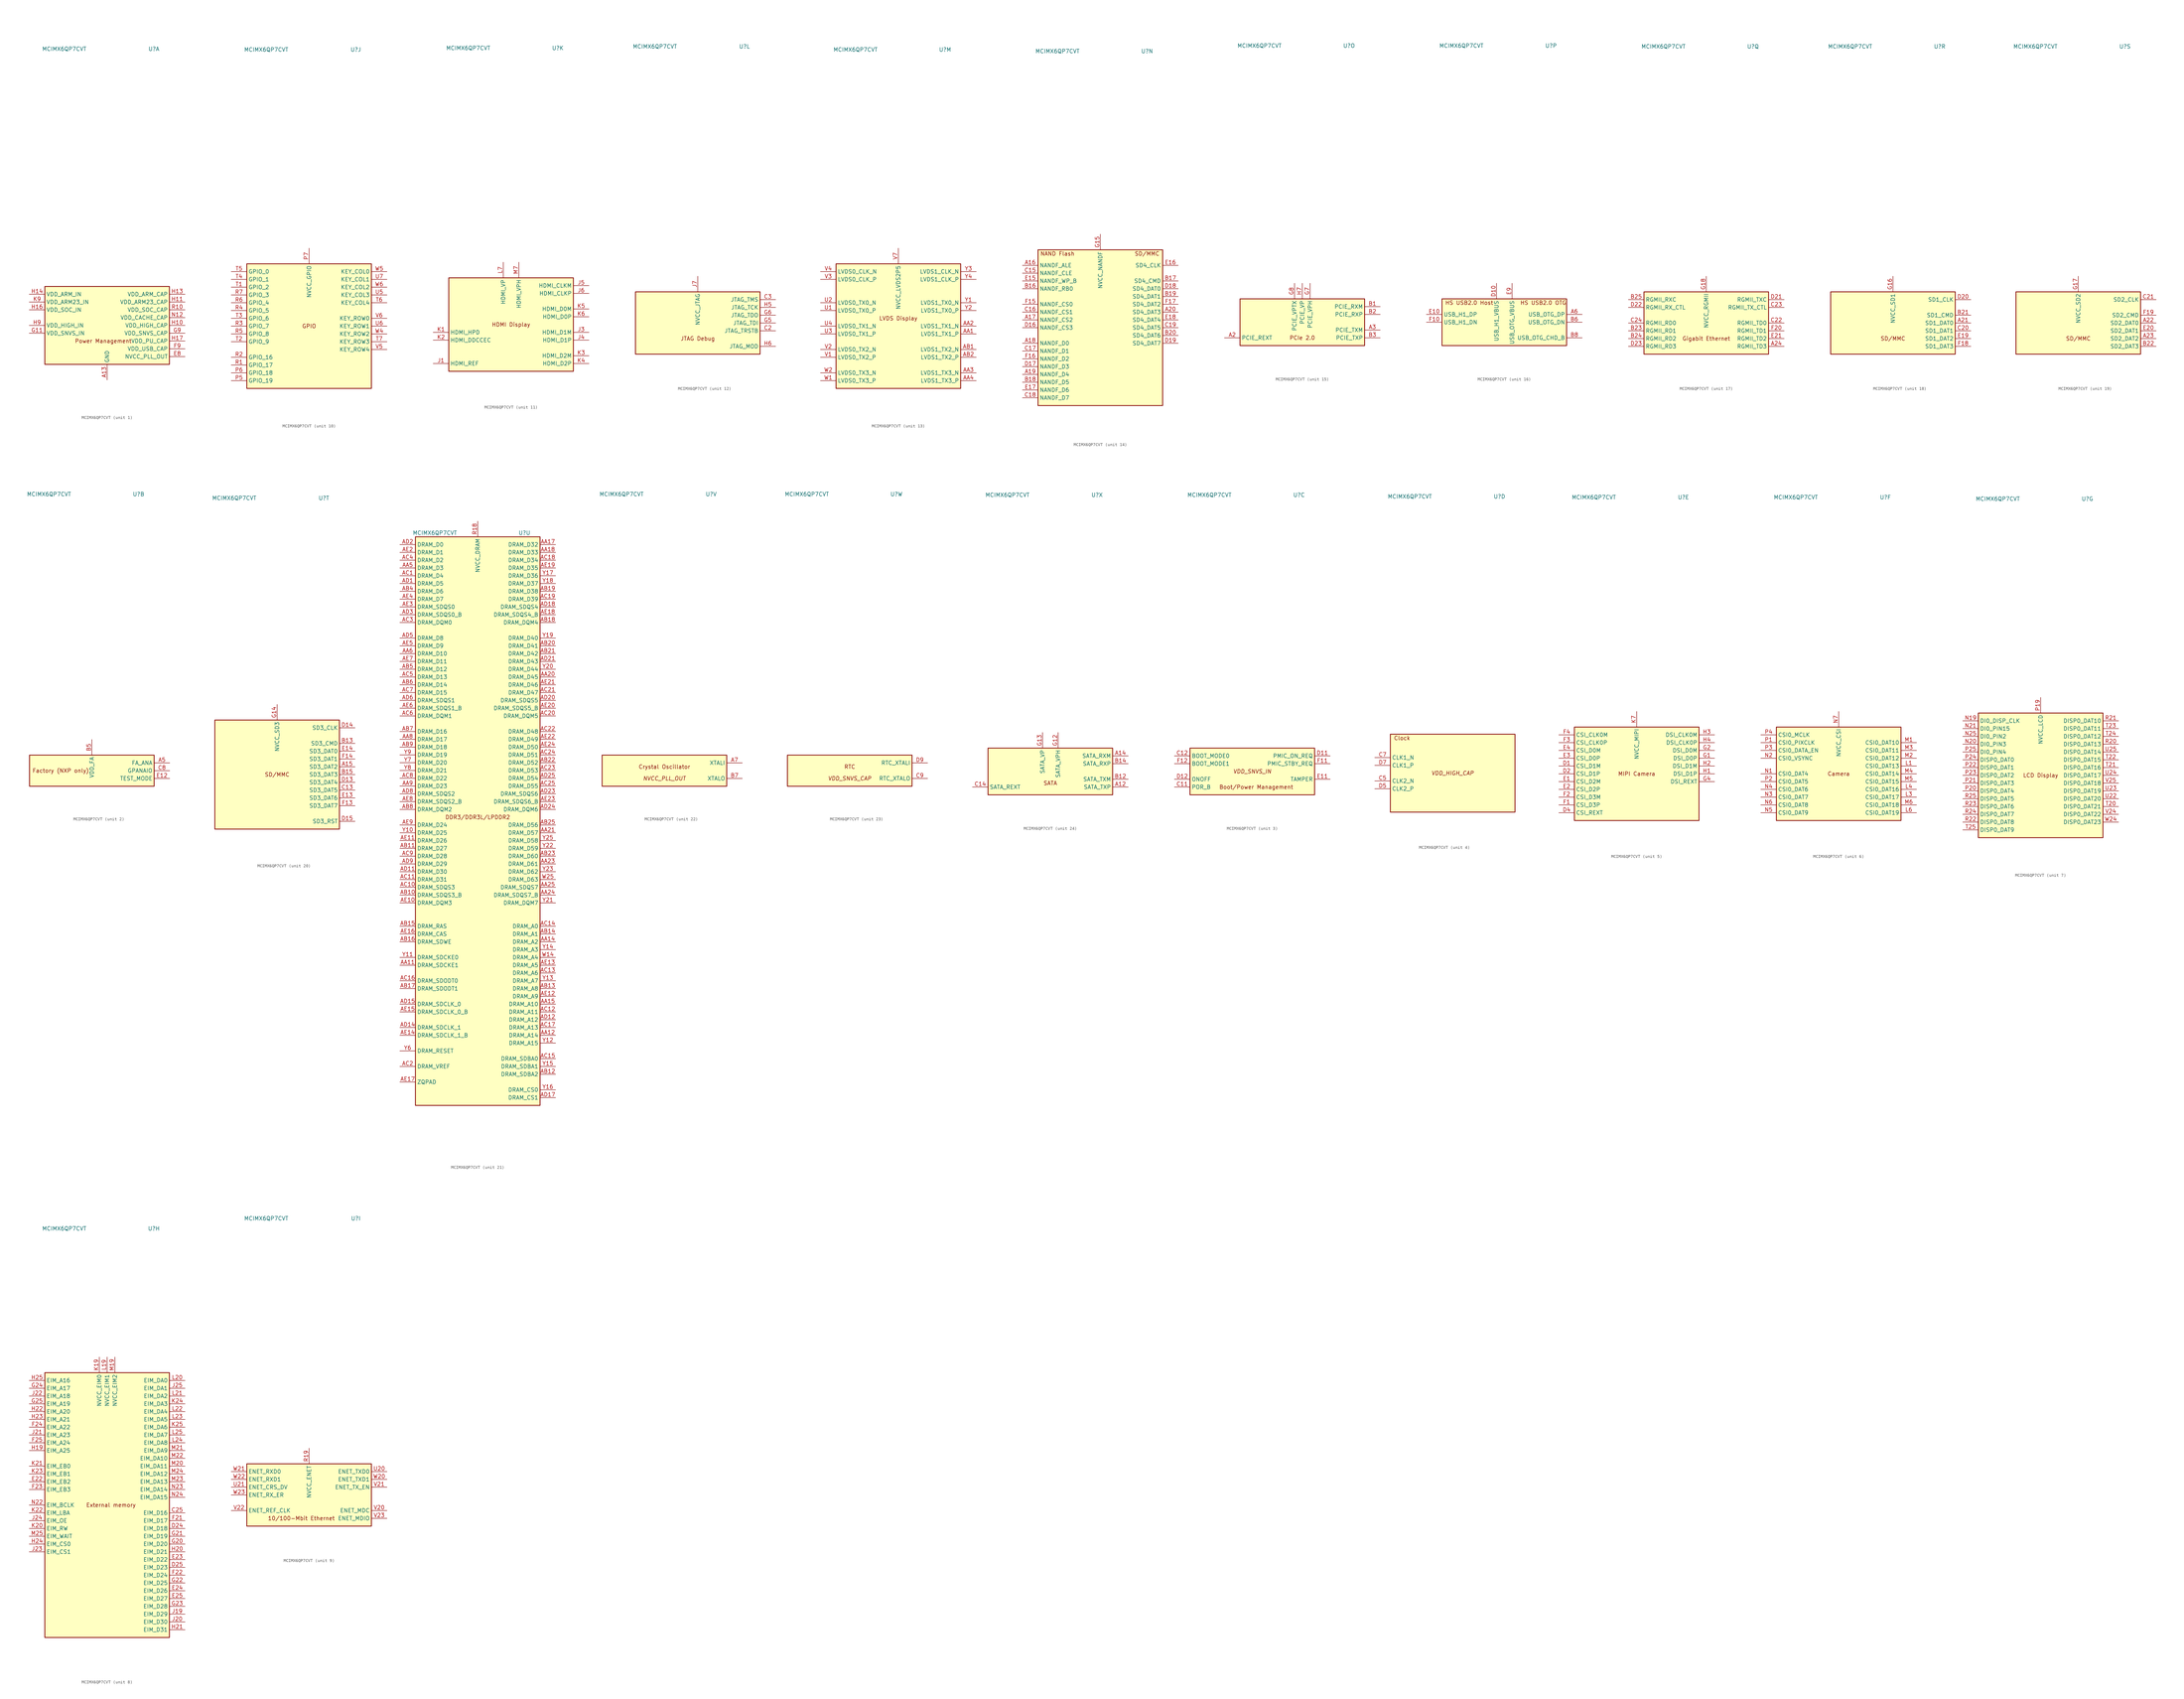
<source format=kicad_sym>
(kicad_symbol_lib
  (version 20241209)
  (generator "kicad_symbol_editor")
  (generator_version "9.0")
  (symbol "MCIMX6QP7CVT"
    (property "Reference" "U"
      (at 15.24 90.17 0)
      (effects (font (size 1.27 1.27))))
    (property "Value" "MCIMX6QP7CVT"
      (at -13.97 90.17 0)
      (effects (font (size 1.27 1.27))))
    (property "ki_locked" ""
      (at 0 0 0)
      (effects (font (size 1.27 1.27))))
    (symbol "MCIMX6QP7CVT_1_0"
      (text "Power Management" (at -1.27 -5.08 0) (effects (font (size 1.27 1.27)))))
    (symbol "MCIMX6QP7CVT_1_1"
      (rectangle (start -20.32 12.7) (end 20.32 -12.7) (stroke (width 0.254) (type default)) (fill (type background)))
      (pin power_in line (at -25.4 10.16 0) (length 5.08) (name "VDD_ARM_IN" (effects (font (size 1.27 1.27)))) (number "H14" (effects (font (size 1.27 1.27)))))
      (pin passive line (at -25.4 10.16 0) (length 5.08) (hide yes) (name "VDD_ARM_IN" (effects (font (size 1.27 1.27)))) (number "J14" (effects (font (size 1.27 1.27)))))
      (pin passive line (at -25.4 10.16 0) (length 5.08) (hide yes) (name "VDD_ARM_IN" (effects (font (size 1.27 1.27)))) (number "K14" (effects (font (size 1.27 1.27)))))
      (pin passive line (at -25.4 10.16 0) (length 5.08) (hide yes) (name "VDD_ARM_IN" (effects (font (size 1.27 1.27)))) (number "L14" (effects (font (size 1.27 1.27)))))
      (pin passive line (at -25.4 10.16 0) (length 5.08) (hide yes) (name "VDD_ARM_IN" (effects (font (size 1.27 1.27)))) (number "M14" (effects (font (size 1.27 1.27)))))
      (pin passive line (at -25.4 10.16 0) (length 5.08) (hide yes) (name "VDD_ARM_IN" (effects (font (size 1.27 1.27)))) (number "N14" (effects (font (size 1.27 1.27)))))
      (pin passive line (at -25.4 10.16 0) (length 5.08) (hide yes) (name "VDD_ARM_IN" (effects (font (size 1.27 1.27)))) (number "P14" (effects (font (size 1.27 1.27)))))
      (pin passive line (at -25.4 10.16 0) (length 5.08) (hide yes) (name "VDD_ARM_IN" (effects (font (size 1.27 1.27)))) (number "R14" (effects (font (size 1.27 1.27)))))
      (pin power_in line (at -25.4 7.62 0) (length 5.08) (name "VDD_ARM23_IN" (effects (font (size 1.27 1.27)))) (number "K9" (effects (font (size 1.27 1.27)))))
      (pin passive line (at -25.4 7.62 0) (length 5.08) (hide yes) (name "VDD_ARM23_IN" (effects (font (size 1.27 1.27)))) (number "L9" (effects (font (size 1.27 1.27)))))
      (pin passive line (at -25.4 7.62 0) (length 5.08) (hide yes) (name "VDD_ARM23_IN" (effects (font (size 1.27 1.27)))) (number "M9" (effects (font (size 1.27 1.27)))))
      (pin passive line (at -25.4 7.62 0) (length 5.08) (hide yes) (name "VDD_ARM23_IN" (effects (font (size 1.27 1.27)))) (number "N9" (effects (font (size 1.27 1.27)))))
      (pin passive line (at -25.4 7.62 0) (length 5.08) (hide yes) (name "VDD_ARM23_IN" (effects (font (size 1.27 1.27)))) (number "P9" (effects (font (size 1.27 1.27)))))
      (pin passive line (at -25.4 7.62 0) (length 5.08) (hide yes) (name "VDD_ARM23_IN" (effects (font (size 1.27 1.27)))) (number "R9" (effects (font (size 1.27 1.27)))))
      (pin passive line (at -25.4 7.62 0) (length 5.08) (hide yes) (name "VDD_ARM23_IN" (effects (font (size 1.27 1.27)))) (number "T9" (effects (font (size 1.27 1.27)))))
      (pin passive line (at -25.4 7.62 0) (length 5.08) (hide yes) (name "VDD_ARM23_IN" (effects (font (size 1.27 1.27)))) (number "U9" (effects (font (size 1.27 1.27)))))
      (pin power_in line (at -25.4 5.08 0) (length 5.08) (name "VDD_SOC_IN" (effects (font (size 1.27 1.27)))) (number "H16" (effects (font (size 1.27 1.27)))))
      (pin passive line (at -25.4 5.08 0) (length 5.08) (hide yes) (name "VDD_SOC_IN" (effects (font (size 1.27 1.27)))) (number "J16" (effects (font (size 1.27 1.27)))))
      (pin passive line (at -25.4 5.08 0) (length 5.08) (hide yes) (name "VDD_SOC_IN" (effects (font (size 1.27 1.27)))) (number "K16" (effects (font (size 1.27 1.27)))))
      (pin passive line (at -25.4 5.08 0) (length 5.08) (hide yes) (name "VDD_SOC_IN" (effects (font (size 1.27 1.27)))) (number "L16" (effects (font (size 1.27 1.27)))))
      (pin passive line (at -25.4 5.08 0) (length 5.08) (hide yes) (name "VDD_SOC_IN" (effects (font (size 1.27 1.27)))) (number "M16" (effects (font (size 1.27 1.27)))))
      (pin passive line (at -25.4 5.08 0) (length 5.08) (hide yes) (name "VDD_SOC_IN" (effects (font (size 1.27 1.27)))) (number "N16" (effects (font (size 1.27 1.27)))))
      (pin passive line (at -25.4 5.08 0) (length 5.08) (hide yes) (name "VDD_SOC_IN" (effects (font (size 1.27 1.27)))) (number "P16" (effects (font (size 1.27 1.27)))))
      (pin passive line (at -25.4 5.08 0) (length 5.08) (hide yes) (name "VDD_SOC_IN" (effects (font (size 1.27 1.27)))) (number "R16" (effects (font (size 1.27 1.27)))))
      (pin passive line (at -25.4 5.08 0) (length 5.08) (hide yes) (name "VDD_SOC_IN" (effects (font (size 1.27 1.27)))) (number "T16" (effects (font (size 1.27 1.27)))))
      (pin passive line (at -25.4 5.08 0) (length 5.08) (hide yes) (name "VDD_SOC_IN" (effects (font (size 1.27 1.27)))) (number "U16" (effects (font (size 1.27 1.27)))))
      (pin power_in line (at -25.4 0 0) (length 5.08) (name "VDD_HIGH_IN" (effects (font (size 1.27 1.27)))) (number "H9" (effects (font (size 1.27 1.27)))))
      (pin passive line (at -25.4 0 0) (length 5.08) (hide yes) (name "VDD_HIGH_IN" (effects (font (size 1.27 1.27)))) (number "J9" (effects (font (size 1.27 1.27)))))
      (pin power_in line (at -25.4 -2.54 0) (length 5.08) (name "VDD_SNVS_IN" (effects (font (size 1.27 1.27)))) (number "G11" (effects (font (size 1.27 1.27)))))
      (pin power_in line (at 0 -17.78 90) (length 5.08) (name "GND" (effects (font (size 1.27 1.27)))) (number "A13" (effects (font (size 1.27 1.27)))))
      (pin passive line (at 0 -17.78 90) (length 5.08) (hide yes) (name "GND" (effects (font (size 1.27 1.27)))) (number "A25" (effects (font (size 1.27 1.27)))))
      (pin passive line (at 0 -17.78 90) (length 5.08) (hide yes) (name "GND" (effects (font (size 1.27 1.27)))) (number "A4" (effects (font (size 1.27 1.27)))))
      (pin passive line (at 0 -17.78 90) (length 5.08) (hide yes) (name "GND" (effects (font (size 1.27 1.27)))) (number "A8" (effects (font (size 1.27 1.27)))))
      (pin passive line (at 0 -17.78 90) (length 5.08) (hide yes) (name "GND" (effects (font (size 1.27 1.27)))) (number "AA10" (effects (font (size 1.27 1.27)))))
      (pin passive line (at 0 -17.78 90) (length 5.08) (hide yes) (name "GND" (effects (font (size 1.27 1.27)))) (number "AA13" (effects (font (size 1.27 1.27)))))
      (pin passive line (at 0 -17.78 90) (length 5.08) (hide yes) (name "GND" (effects (font (size 1.27 1.27)))) (number "AA16" (effects (font (size 1.27 1.27)))))
      (pin passive line (at 0 -17.78 90) (length 5.08) (hide yes) (name "GND" (effects (font (size 1.27 1.27)))) (number "AA19" (effects (font (size 1.27 1.27)))))
      (pin passive line (at 0 -17.78 90) (length 5.08) (hide yes) (name "GND" (effects (font (size 1.27 1.27)))) (number "AA22" (effects (font (size 1.27 1.27)))))
      (pin passive line (at 0 -17.78 90) (length 5.08) (hide yes) (name "GND" (effects (font (size 1.27 1.27)))) (number "AA7" (effects (font (size 1.27 1.27)))))
      (pin passive line (at 0 -17.78 90) (length 5.08) (hide yes) (name "GND" (effects (font (size 1.27 1.27)))) (number "AB24" (effects (font (size 1.27 1.27)))))
      (pin passive line (at 0 -17.78 90) (length 5.08) (hide yes) (name "GND" (effects (font (size 1.27 1.27)))) (number "AB3" (effects (font (size 1.27 1.27)))))
      (pin passive line (at 0 -17.78 90) (length 5.08) (hide yes) (name "GND" (effects (font (size 1.27 1.27)))) (number "AD10" (effects (font (size 1.27 1.27)))))
      (pin passive line (at 0 -17.78 90) (length 5.08) (hide yes) (name "GND" (effects (font (size 1.27 1.27)))) (number "AD13" (effects (font (size 1.27 1.27)))))
      (pin passive line (at 0 -17.78 90) (length 5.08) (hide yes) (name "GND" (effects (font (size 1.27 1.27)))) (number "AD16" (effects (font (size 1.27 1.27)))))
      (pin passive line (at 0 -17.78 90) (length 5.08) (hide yes) (name "GND" (effects (font (size 1.27 1.27)))) (number "AD19" (effects (font (size 1.27 1.27)))))
      (pin passive line (at 0 -17.78 90) (length 5.08) (hide yes) (name "GND" (effects (font (size 1.27 1.27)))) (number "AD22" (effects (font (size 1.27 1.27)))))
      (pin passive line (at 0 -17.78 90) (length 5.08) (hide yes) (name "GND" (effects (font (size 1.27 1.27)))) (number "AD4" (effects (font (size 1.27 1.27)))))
      (pin passive line (at 0 -17.78 90) (length 5.08) (hide yes) (name "GND" (effects (font (size 1.27 1.27)))) (number "AD7" (effects (font (size 1.27 1.27)))))
      (pin passive line (at 0 -17.78 90) (length 5.08) (hide yes) (name "GND" (effects (font (size 1.27 1.27)))) (number "AE1" (effects (font (size 1.27 1.27)))))
      (pin passive line (at 0 -17.78 90) (length 5.08) (hide yes) (name "GND" (effects (font (size 1.27 1.27)))) (number "AE25" (effects (font (size 1.27 1.27)))))
      (pin passive line (at 0 -17.78 90) (length 5.08) (hide yes) (name "GND" (effects (font (size 1.27 1.27)))) (number "B4" (effects (font (size 1.27 1.27)))))
      (pin passive line (at 0 -17.78 90) (length 5.08) (hide yes) (name "GND" (effects (font (size 1.27 1.27)))) (number "C1" (effects (font (size 1.27 1.27)))))
      (pin passive line (at 0 -17.78 90) (length 5.08) (hide yes) (name "GND" (effects (font (size 1.27 1.27)))) (number "C10" (effects (font (size 1.27 1.27)))))
      (pin passive line (at 0 -17.78 90) (length 5.08) (hide yes) (name "GND" (effects (font (size 1.27 1.27)))) (number "C4" (effects (font (size 1.27 1.27)))))
      (pin passive line (at 0 -17.78 90) (length 5.08) (hide yes) (name "GND" (effects (font (size 1.27 1.27)))) (number "C6" (effects (font (size 1.27 1.27)))))
      (pin passive line (at 0 -17.78 90) (length 5.08) (hide yes) (name "GND" (effects (font (size 1.27 1.27)))) (number "D3" (effects (font (size 1.27 1.27)))))
      (pin passive line (at 0 -17.78 90) (length 5.08) (hide yes) (name "GND" (effects (font (size 1.27 1.27)))) (number "D6" (effects (font (size 1.27 1.27)))))
      (pin passive line (at 0 -17.78 90) (length 5.08) (hide yes) (name "GND" (effects (font (size 1.27 1.27)))) (number "D8" (effects (font (size 1.27 1.27)))))
      (pin passive line (at 0 -17.78 90) (length 5.08) (hide yes) (name "GND" (effects (font (size 1.27 1.27)))) (number "E5" (effects (font (size 1.27 1.27)))))
      (pin passive line (at 0 -17.78 90) (length 5.08) (hide yes) (name "GND" (effects (font (size 1.27 1.27)))) (number "E6" (effects (font (size 1.27 1.27)))))
      (pin passive line (at 0 -17.78 90) (length 5.08) (hide yes) (name "GND" (effects (font (size 1.27 1.27)))) (number "E7" (effects (font (size 1.27 1.27)))))
      (pin passive line (at 0 -17.78 90) (length 5.08) (hide yes) (name "GND" (effects (font (size 1.27 1.27)))) (number "F5" (effects (font (size 1.27 1.27)))))
      (pin passive line (at 0 -17.78 90) (length 5.08) (hide yes) (name "GND" (effects (font (size 1.27 1.27)))) (number "F6" (effects (font (size 1.27 1.27)))))
      (pin passive line (at 0 -17.78 90) (length 5.08) (hide yes) (name "GND" (effects (font (size 1.27 1.27)))) (number "F7" (effects (font (size 1.27 1.27)))))
      (pin passive line (at 0 -17.78 90) (length 5.08) (hide yes) (name "GND" (effects (font (size 1.27 1.27)))) (number "F8" (effects (font (size 1.27 1.27)))))
      (pin passive line (at 0 -17.78 90) (length 5.08) (hide yes) (name "GND" (effects (font (size 1.27 1.27)))) (number "G10" (effects (font (size 1.27 1.27)))))
      (pin passive line (at 0 -17.78 90) (length 5.08) (hide yes) (name "GND" (effects (font (size 1.27 1.27)))) (number "G19" (effects (font (size 1.27 1.27)))))
      (pin passive line (at 0 -17.78 90) (length 5.08) (hide yes) (name "GND" (effects (font (size 1.27 1.27)))) (number "G3" (effects (font (size 1.27 1.27)))))
      (pin passive line (at 0 -17.78 90) (length 5.08) (hide yes) (name "GND" (effects (font (size 1.27 1.27)))) (number "H12" (effects (font (size 1.27 1.27)))))
      (pin passive line (at 0 -17.78 90) (length 5.08) (hide yes) (name "GND" (effects (font (size 1.27 1.27)))) (number "H15" (effects (font (size 1.27 1.27)))))
      (pin passive line (at 0 -17.78 90) (length 5.08) (hide yes) (name "GND" (effects (font (size 1.27 1.27)))) (number "H18" (effects (font (size 1.27 1.27)))))
      (pin passive line (at 0 -17.78 90) (length 5.08) (hide yes) (name "GND" (effects (font (size 1.27 1.27)))) (number "H8" (effects (font (size 1.27 1.27)))))
      (pin passive line (at 0 -17.78 90) (length 5.08) (hide yes) (name "GND" (effects (font (size 1.27 1.27)))) (number "J12" (effects (font (size 1.27 1.27)))))
      (pin passive line (at 0 -17.78 90) (length 5.08) (hide yes) (name "GND" (effects (font (size 1.27 1.27)))) (number "J15" (effects (font (size 1.27 1.27)))))
      (pin passive line (at 0 -17.78 90) (length 5.08) (hide yes) (name "GND" (effects (font (size 1.27 1.27)))) (number "J18" (effects (font (size 1.27 1.27)))))
      (pin passive line (at 0 -17.78 90) (length 5.08) (hide yes) (name "GND" (effects (font (size 1.27 1.27)))) (number "J2" (effects (font (size 1.27 1.27)))))
      (pin passive line (at 0 -17.78 90) (length 5.08) (hide yes) (name "GND" (effects (font (size 1.27 1.27)))) (number "J8" (effects (font (size 1.27 1.27)))))
      (pin passive line (at 0 -17.78 90) (length 5.08) (hide yes) (name "GND" (effects (font (size 1.27 1.27)))) (number "K10" (effects (font (size 1.27 1.27)))))
      (pin passive line (at 0 -17.78 90) (length 5.08) (hide yes) (name "GND" (effects (font (size 1.27 1.27)))) (number "K12" (effects (font (size 1.27 1.27)))))
      (pin passive line (at 0 -17.78 90) (length 5.08) (hide yes) (name "GND" (effects (font (size 1.27 1.27)))) (number "K15" (effects (font (size 1.27 1.27)))))
      (pin passive line (at 0 -17.78 90) (length 5.08) (hide yes) (name "GND" (effects (font (size 1.27 1.27)))) (number "K18" (effects (font (size 1.27 1.27)))))
      (pin passive line (at 0 -17.78 90) (length 5.08) (hide yes) (name "GND" (effects (font (size 1.27 1.27)))) (number "K8" (effects (font (size 1.27 1.27)))))
      (pin passive line (at 0 -17.78 90) (length 5.08) (hide yes) (name "GND" (effects (font (size 1.27 1.27)))) (number "L10" (effects (font (size 1.27 1.27)))))
      (pin passive line (at 0 -17.78 90) (length 5.08) (hide yes) (name "GND" (effects (font (size 1.27 1.27)))) (number "L12" (effects (font (size 1.27 1.27)))))
      (pin passive line (at 0 -17.78 90) (length 5.08) (hide yes) (name "GND" (effects (font (size 1.27 1.27)))) (number "L15" (effects (font (size 1.27 1.27)))))
      (pin passive line (at 0 -17.78 90) (length 5.08) (hide yes) (name "GND" (effects (font (size 1.27 1.27)))) (number "L18" (effects (font (size 1.27 1.27)))))
      (pin passive line (at 0 -17.78 90) (length 5.08) (hide yes) (name "GND" (effects (font (size 1.27 1.27)))) (number "L2" (effects (font (size 1.27 1.27)))))
      (pin passive line (at 0 -17.78 90) (length 5.08) (hide yes) (name "GND" (effects (font (size 1.27 1.27)))) (number "L5" (effects (font (size 1.27 1.27)))))
      (pin passive line (at 0 -17.78 90) (length 5.08) (hide yes) (name "GND" (effects (font (size 1.27 1.27)))) (number "L8" (effects (font (size 1.27 1.27)))))
      (pin passive line (at 0 -17.78 90) (length 5.08) (hide yes) (name "GND" (effects (font (size 1.27 1.27)))) (number "M10" (effects (font (size 1.27 1.27)))))
      (pin passive line (at 0 -17.78 90) (length 5.08) (hide yes) (name "GND" (effects (font (size 1.27 1.27)))) (number "M12" (effects (font (size 1.27 1.27)))))
      (pin passive line (at 0 -17.78 90) (length 5.08) (hide yes) (name "GND" (effects (font (size 1.27 1.27)))) (number "M15" (effects (font (size 1.27 1.27)))))
      (pin passive line (at 0 -17.78 90) (length 5.08) (hide yes) (name "GND" (effects (font (size 1.27 1.27)))) (number "M18" (effects (font (size 1.27 1.27)))))
      (pin passive line (at 0 -17.78 90) (length 5.08) (hide yes) (name "GND" (effects (font (size 1.27 1.27)))) (number "M8" (effects (font (size 1.27 1.27)))))
      (pin passive line (at 0 -17.78 90) (length 5.08) (hide yes) (name "GND" (effects (font (size 1.27 1.27)))) (number "N10" (effects (font (size 1.27 1.27)))))
      (pin passive line (at 0 -17.78 90) (length 5.08) (hide yes) (name "GND" (effects (font (size 1.27 1.27)))) (number "N15" (effects (font (size 1.27 1.27)))))
      (pin passive line (at 0 -17.78 90) (length 5.08) (hide yes) (name "GND" (effects (font (size 1.27 1.27)))) (number "N18" (effects (font (size 1.27 1.27)))))
      (pin passive line (at 0 -17.78 90) (length 5.08) (hide yes) (name "GND" (effects (font (size 1.27 1.27)))) (number "N8" (effects (font (size 1.27 1.27)))))
      (pin passive line (at 0 -17.78 90) (length 5.08) (hide yes) (name "GND" (effects (font (size 1.27 1.27)))) (number "P10" (effects (font (size 1.27 1.27)))))
      (pin passive line (at 0 -17.78 90) (length 5.08) (hide yes) (name "GND" (effects (font (size 1.27 1.27)))) (number "P12" (effects (font (size 1.27 1.27)))))
      (pin passive line (at 0 -17.78 90) (length 5.08) (hide yes) (name "GND" (effects (font (size 1.27 1.27)))) (number "P15" (effects (font (size 1.27 1.27)))))
      (pin passive line (at 0 -17.78 90) (length 5.08) (hide yes) (name "GND" (effects (font (size 1.27 1.27)))) (number "P18" (effects (font (size 1.27 1.27)))))
      (pin passive line (at 0 -17.78 90) (length 5.08) (hide yes) (name "GND" (effects (font (size 1.27 1.27)))) (number "P8" (effects (font (size 1.27 1.27)))))
      (pin passive line (at 0 -17.78 90) (length 5.08) (hide yes) (name "GND" (effects (font (size 1.27 1.27)))) (number "R12" (effects (font (size 1.27 1.27)))))
      (pin passive line (at 0 -17.78 90) (length 5.08) (hide yes) (name "GND" (effects (font (size 1.27 1.27)))) (number "R15" (effects (font (size 1.27 1.27)))))
      (pin passive line (at 0 -17.78 90) (length 5.08) (hide yes) (name "GND" (effects (font (size 1.27 1.27)))) (number "R17" (effects (font (size 1.27 1.27)))))
      (pin passive line (at 0 -17.78 90) (length 5.08) (hide yes) (name "GND" (effects (font (size 1.27 1.27)))) (number "R8" (effects (font (size 1.27 1.27)))))
      (pin passive line (at 0 -17.78 90) (length 5.08) (hide yes) (name "GND" (effects (font (size 1.27 1.27)))) (number "T11" (effects (font (size 1.27 1.27)))))
      (pin passive line (at 0 -17.78 90) (length 5.08) (hide yes) (name "GND" (effects (font (size 1.27 1.27)))) (number "T12" (effects (font (size 1.27 1.27)))))
      (pin passive line (at 0 -17.78 90) (length 5.08) (hide yes) (name "GND" (effects (font (size 1.27 1.27)))) (number "T15" (effects (font (size 1.27 1.27)))))
      (pin passive line (at 0 -17.78 90) (length 5.08) (hide yes) (name "GND" (effects (font (size 1.27 1.27)))) (number "T17" (effects (font (size 1.27 1.27)))))
      (pin passive line (at 0 -17.78 90) (length 5.08) (hide yes) (name "GND" (effects (font (size 1.27 1.27)))) (number "T19" (effects (font (size 1.27 1.27)))))
      (pin passive line (at 0 -17.78 90) (length 5.08) (hide yes) (name "GND" (effects (font (size 1.27 1.27)))) (number "T8" (effects (font (size 1.27 1.27)))))
      (pin passive line (at 0 -17.78 90) (length 5.08) (hide yes) (name "GND" (effects (font (size 1.27 1.27)))) (number "U11" (effects (font (size 1.27 1.27)))))
      (pin passive line (at 0 -17.78 90) (length 5.08) (hide yes) (name "GND" (effects (font (size 1.27 1.27)))) (number "U12" (effects (font (size 1.27 1.27)))))
      (pin passive line (at 0 -17.78 90) (length 5.08) (hide yes) (name "GND" (effects (font (size 1.27 1.27)))) (number "U15" (effects (font (size 1.27 1.27)))))
      (pin passive line (at 0 -17.78 90) (length 5.08) (hide yes) (name "GND" (effects (font (size 1.27 1.27)))) (number "U17" (effects (font (size 1.27 1.27)))))
      (pin passive line (at 0 -17.78 90) (length 5.08) (hide yes) (name "GND" (effects (font (size 1.27 1.27)))) (number "U19" (effects (font (size 1.27 1.27)))))
      (pin passive line (at 0 -17.78 90) (length 5.08) (hide yes) (name "GND" (effects (font (size 1.27 1.27)))) (number "U8" (effects (font (size 1.27 1.27)))))
      (pin passive line (at 0 -17.78 90) (length 5.08) (hide yes) (name "GND" (effects (font (size 1.27 1.27)))) (number "V19" (effects (font (size 1.27 1.27)))))
      (pin passive line (at 0 -17.78 90) (length 5.08) (hide yes) (name "GND" (effects (font (size 1.27 1.27)))) (number "V8" (effects (font (size 1.27 1.27)))))
      (pin passive line (at 0 -17.78 90) (length 5.08) (hide yes) (name "GND" (effects (font (size 1.27 1.27)))) (number "W10" (effects (font (size 1.27 1.27)))))
      (pin passive line (at 0 -17.78 90) (length 5.08) (hide yes) (name "GND" (effects (font (size 1.27 1.27)))) (number "W11" (effects (font (size 1.27 1.27)))))
      (pin passive line (at 0 -17.78 90) (length 5.08) (hide yes) (name "GND" (effects (font (size 1.27 1.27)))) (number "W12" (effects (font (size 1.27 1.27)))))
      (pin passive line (at 0 -17.78 90) (length 5.08) (hide yes) (name "GND" (effects (font (size 1.27 1.27)))) (number "W13" (effects (font (size 1.27 1.27)))))
      (pin passive line (at 0 -17.78 90) (length 5.08) (hide yes) (name "GND" (effects (font (size 1.27 1.27)))) (number "W15" (effects (font (size 1.27 1.27)))))
      (pin passive line (at 0 -17.78 90) (length 5.08) (hide yes) (name "GND" (effects (font (size 1.27 1.27)))) (number "W16" (effects (font (size 1.27 1.27)))))
      (pin passive line (at 0 -17.78 90) (length 5.08) (hide yes) (name "GND" (effects (font (size 1.27 1.27)))) (number "W17" (effects (font (size 1.27 1.27)))))
      (pin passive line (at 0 -17.78 90) (length 5.08) (hide yes) (name "GND" (effects (font (size 1.27 1.27)))) (number "W18" (effects (font (size 1.27 1.27)))))
      (pin passive line (at 0 -17.78 90) (length 5.08) (hide yes) (name "GND" (effects (font (size 1.27 1.27)))) (number "W19" (effects (font (size 1.27 1.27)))))
      (pin passive line (at 0 -17.78 90) (length 5.08) (hide yes) (name "GND" (effects (font (size 1.27 1.27)))) (number "W3" (effects (font (size 1.27 1.27)))))
      (pin passive line (at 0 -17.78 90) (length 5.08) (hide yes) (name "GND" (effects (font (size 1.27 1.27)))) (number "W7" (effects (font (size 1.27 1.27)))))
      (pin passive line (at 0 -17.78 90) (length 5.08) (hide yes) (name "GND" (effects (font (size 1.27 1.27)))) (number "W8" (effects (font (size 1.27 1.27)))))
      (pin passive line (at 0 -17.78 90) (length 5.08) (hide yes) (name "GND" (effects (font (size 1.27 1.27)))) (number "W9" (effects (font (size 1.27 1.27)))))
      (pin passive line (at 0 -17.78 90) (length 5.08) (hide yes) (name "GND" (effects (font (size 1.27 1.27)))) (number "Y24" (effects (font (size 1.27 1.27)))))
      (pin passive line (at 0 -17.78 90) (length 5.08) (hide yes) (name "GND" (effects (font (size 1.27 1.27)))) (number "Y5" (effects (font (size 1.27 1.27)))))
      (pin power_out line (at 25.4 10.16 180) (length 5.08) (name "VDD_ARM_CAP" (effects (font (size 1.27 1.27)))) (number "H13" (effects (font (size 1.27 1.27)))))
      (pin passive line (at 25.4 10.16 180) (length 5.08) (hide yes) (name "VDD_ARM_CAP" (effects (font (size 1.27 1.27)))) (number "J13" (effects (font (size 1.27 1.27)))))
      (pin passive line (at 25.4 10.16 180) (length 5.08) (hide yes) (name "VDD_ARM_CAP" (effects (font (size 1.27 1.27)))) (number "K13" (effects (font (size 1.27 1.27)))))
      (pin passive line (at 25.4 10.16 180) (length 5.08) (hide yes) (name "VDD_ARM_CAP" (effects (font (size 1.27 1.27)))) (number "L13" (effects (font (size 1.27 1.27)))))
      (pin passive line (at 25.4 10.16 180) (length 5.08) (hide yes) (name "VDD_ARM_CAP" (effects (font (size 1.27 1.27)))) (number "M13" (effects (font (size 1.27 1.27)))))
      (pin passive line (at 25.4 10.16 180) (length 5.08) (hide yes) (name "VDD_ARM_CAP" (effects (font (size 1.27 1.27)))) (number "N13" (effects (font (size 1.27 1.27)))))
      (pin passive line (at 25.4 10.16 180) (length 5.08) (hide yes) (name "VDD_ARM_CAP" (effects (font (size 1.27 1.27)))) (number "P13" (effects (font (size 1.27 1.27)))))
      (pin passive line (at 25.4 10.16 180) (length 5.08) (hide yes) (name "VDD_ARM_CAP" (effects (font (size 1.27 1.27)))) (number "R13" (effects (font (size 1.27 1.27)))))
      (pin power_out line (at 25.4 7.62 180) (length 5.08) (name "VDD_ARM23_CAP" (effects (font (size 1.27 1.27)))) (number "H11" (effects (font (size 1.27 1.27)))))
      (pin passive line (at 25.4 7.62 180) (length 5.08) (hide yes) (name "VDD_ARM23_CAP" (effects (font (size 1.27 1.27)))) (number "J11" (effects (font (size 1.27 1.27)))))
      (pin passive line (at 25.4 7.62 180) (length 5.08) (hide yes) (name "VDD_ARM23_CAP" (effects (font (size 1.27 1.27)))) (number "K11" (effects (font (size 1.27 1.27)))))
      (pin passive line (at 25.4 7.62 180) (length 5.08) (hide yes) (name "VDD_ARM23_CAP" (effects (font (size 1.27 1.27)))) (number "L11" (effects (font (size 1.27 1.27)))))
      (pin passive line (at 25.4 7.62 180) (length 5.08) (hide yes) (name "VDD_ARM23_CAP" (effects (font (size 1.27 1.27)))) (number "M11" (effects (font (size 1.27 1.27)))))
      (pin passive line (at 25.4 7.62 180) (length 5.08) (hide yes) (name "VDD_ARM23_CAP" (effects (font (size 1.27 1.27)))) (number "N11" (effects (font (size 1.27 1.27)))))
      (pin passive line (at 25.4 7.62 180) (length 5.08) (hide yes) (name "VDD_ARM23_CAP" (effects (font (size 1.27 1.27)))) (number "P11" (effects (font (size 1.27 1.27)))))
      (pin passive line (at 25.4 7.62 180) (length 5.08) (hide yes) (name "VDD_ARM23_CAP" (effects (font (size 1.27 1.27)))) (number "R11" (effects (font (size 1.27 1.27)))))
      (pin power_out line (at 25.4 5.08 180) (length 5.08) (name "VDD_SOC_CAP" (effects (font (size 1.27 1.27)))) (number "R10" (effects (font (size 1.27 1.27)))))
      (pin passive line (at 25.4 5.08 180) (length 5.08) (hide yes) (name "VDD_SOC_CAP" (effects (font (size 1.27 1.27)))) (number "T10" (effects (font (size 1.27 1.27)))))
      (pin passive line (at 25.4 5.08 180) (length 5.08) (hide yes) (name "VDD_SOC_CAP" (effects (font (size 1.27 1.27)))) (number "T13" (effects (font (size 1.27 1.27)))))
      (pin passive line (at 25.4 5.08 180) (length 5.08) (hide yes) (name "VDD_SOC_CAP" (effects (font (size 1.27 1.27)))) (number "T14" (effects (font (size 1.27 1.27)))))
      (pin passive line (at 25.4 5.08 180) (length 5.08) (hide yes) (name "VDD_SOC_CAP" (effects (font (size 1.27 1.27)))) (number "U10" (effects (font (size 1.27 1.27)))))
      (pin passive line (at 25.4 5.08 180) (length 5.08) (hide yes) (name "VDD_SOC_CAP" (effects (font (size 1.27 1.27)))) (number "U13" (effects (font (size 1.27 1.27)))))
      (pin passive line (at 25.4 5.08 180) (length 5.08) (hide yes) (name "VDD_SOC_CAP" (effects (font (size 1.27 1.27)))) (number "U14" (effects (font (size 1.27 1.27)))))
      (pin power_in line (at 25.4 2.54 180) (length 5.08) (name "VDD_CACHE_CAP" (effects (font (size 1.27 1.27)))) (number "N12" (effects (font (size 1.27 1.27)))))
      (pin power_out line (at 25.4 0 180) (length 5.08) (name "VDD_HIGH_CAP" (effects (font (size 1.27 1.27)))) (number "H10" (effects (font (size 1.27 1.27)))))
      (pin passive line (at 25.4 0 180) (length 5.08) (hide yes) (name "VDD_HIGH_CAP" (effects (font (size 1.27 1.27)))) (number "J10" (effects (font (size 1.27 1.27)))))
      (pin power_out line (at 25.4 -2.54 180) (length 5.08) (name "VDD_SNVS_CAP" (effects (font (size 1.27 1.27)))) (number "G9" (effects (font (size 1.27 1.27)))))
      (pin power_out line (at 25.4 -5.08 180) (length 5.08) (name "VDD_PU_CAP" (effects (font (size 1.27 1.27)))) (number "H17" (effects (font (size 1.27 1.27)))))
      (pin passive line (at 25.4 -5.08 180) (length 5.08) (hide yes) (name "VDD_PU_CAP" (effects (font (size 1.27 1.27)))) (number "J17" (effects (font (size 1.27 1.27)))))
      (pin passive line (at 25.4 -5.08 180) (length 5.08) (hide yes) (name "VDD_PU_CAP" (effects (font (size 1.27 1.27)))) (number "K17" (effects (font (size 1.27 1.27)))))
      (pin passive line (at 25.4 -5.08 180) (length 5.08) (hide yes) (name "VDD_PU_CAP" (effects (font (size 1.27 1.27)))) (number "L17" (effects (font (size 1.27 1.27)))))
      (pin passive line (at 25.4 -5.08 180) (length 5.08) (hide yes) (name "VDD_PU_CAP" (effects (font (size 1.27 1.27)))) (number "M17" (effects (font (size 1.27 1.27)))))
      (pin passive line (at 25.4 -5.08 180) (length 5.08) (hide yes) (name "VDD_PU_CAP" (effects (font (size 1.27 1.27)))) (number "N17" (effects (font (size 1.27 1.27)))))
      (pin passive line (at 25.4 -5.08 180) (length 5.08) (hide yes) (name "VDD_PU_CAP" (effects (font (size 1.27 1.27)))) (number "P17" (effects (font (size 1.27 1.27)))))
      (pin power_out line (at 25.4 -7.62 180) (length 5.08) (name "VDD_USB_CAP" (effects (font (size 1.27 1.27)))) (number "F9" (effects (font (size 1.27 1.27)))))
      (pin power_out line (at 25.4 -10.16 180) (length 5.08) (name "NVCC_PLL_OUT" (effects (font (size 1.27 1.27)))) (number "E8" (effects (font (size 1.27 1.27))))))
    (symbol "MCIMX6QP7CVT_2_0"
      (text "Factory (NXP only)" (at -10.16 0 0) (effects (font (size 1.27 1.27)))))
    (symbol "MCIMX6QP7CVT_2_1"
      (rectangle (start -20.32 5.08) (end 20.32 -5.08) (stroke (width 0.254) (type default)) (fill (type background)))
      (pin passive line (at 0 10.16 270) (length 5.08) (name "VDD_FA" (effects (font (size 1.27 1.27)))) (number "B5" (effects (font (size 1.27 1.27)))))
      (pin passive line (at 25.4 2.54 180) (length 5.08) (name "FA_ANA" (effects (font (size 1.27 1.27)))) (number "A5" (effects (font (size 1.27 1.27)))))
      (pin passive line (at 25.4 0 180) (length 5.08) (name "GPANAIO" (effects (font (size 1.27 1.27)))) (number "C8" (effects (font (size 1.27 1.27)))))
      (pin passive line (at 25.4 -2.54 180) (length 5.08) (name "TEST_MODE" (effects (font (size 1.27 1.27)))) (number "E12" (effects (font (size 1.27 1.27))))))
    (symbol "MCIMX6QP7CVT_3_0"
      (text "Boot/Power Management" (at 1.27 -5.08 0) (effects (font (size 1.27 1.27)))))
    (symbol "MCIMX6QP7CVT_3_1"
      (rectangle (start -20.32 7.62) (end 20.32 -7.62) (stroke (width 0.254) (type default)) (fill (type background)))
      (text "VDD_SNVS_IN" (at 0 0 0) (effects (font (size 1.27 1.27) (italic yes))))
      (pin input line (at -25.4 5.08 0) (length 5.08) (name "BOOT_MODE0" (effects (font (size 1.27 1.27)))) (number "C12" (effects (font (size 1.27 1.27)))))
      (pin input line (at -25.4 2.54 0) (length 5.08) (name "BOOT_MODE1" (effects (font (size 1.27 1.27)))) (number "F12" (effects (font (size 1.27 1.27)))))
      (pin input line (at -25.4 -2.54 0) (length 5.08) (name "ONOFF" (effects (font (size 1.27 1.27)))) (number "D12" (effects (font (size 1.27 1.27)))))
      (pin input line (at -25.4 -5.08 0) (length 5.08) (name "POR_B" (effects (font (size 1.27 1.27)))) (number "C11" (effects (font (size 1.27 1.27)))))
      (pin output line (at 25.4 5.08 180) (length 5.08) (name "PMIC_ON_REQ" (effects (font (size 1.27 1.27)))) (number "D11" (effects (font (size 1.27 1.27)))))
      (pin output line (at 25.4 2.54 180) (length 5.08) (name "PMIC_STBY_REQ" (effects (font (size 1.27 1.27)))) (number "F11" (effects (font (size 1.27 1.27)))))
      (pin input line (at 25.4 -2.54 180) (length 5.08) (name "TAMPER" (effects (font (size 1.27 1.27)))) (number "E11" (effects (font (size 1.27 1.27))))))
    (symbol "MCIMX6QP7CVT_4_0"
      (text "Clock" (at -16.51 11.43 0) (effects (font (size 1.27 1.27)))))
    (symbol "MCIMX6QP7CVT_4_1"
      (rectangle (start -20.32 12.7) (end 20.32 -12.7) (stroke (width 0.254) (type default)) (fill (type background)))
      (text "VDD_HIGH_CAP" (at 0 0 0) (effects (font (size 1.27 1.27) (italic yes))))
      (pin bidirectional line (at -25.4 5.08 0) (length 5.08) (name "CLK1_N" (effects (font (size 1.27 1.27)))) (number "C7" (effects (font (size 1.27 1.27)))))
      (pin bidirectional line (at -25.4 2.54 0) (length 5.08) (name "CLK1_P" (effects (font (size 1.27 1.27)))) (number "D7" (effects (font (size 1.27 1.27)))))
      (pin bidirectional line (at -25.4 -2.54 0) (length 5.08) (name "CLK2_N" (effects (font (size 1.27 1.27)))) (number "C5" (effects (font (size 1.27 1.27)))))
      (pin bidirectional line (at -25.4 -5.08 0) (length 5.08) (name "CLK2_P" (effects (font (size 1.27 1.27)))) (number "D5" (effects (font (size 1.27 1.27)))))
      (pin no_connect line (at 17.78 7.62 180) (length 5.08) (hide yes) (name "NC" (effects (font (size 1.27 1.27)))) (number "A11" (effects (font (size 1.27 1.27)))))
      (pin no_connect line (at 17.78 5.08 180) (length 5.08) (hide yes) (name "NC" (effects (font (size 1.27 1.27)))) (number "B11" (effects (font (size 1.27 1.27)))))
      (pin no_connect line (at 17.78 0 180) (length 5.08) (hide yes) (name "NC" (effects (font (size 1.27 1.27)))) (number "B10" (effects (font (size 1.27 1.27)))))
      (pin no_connect line (at 17.78 -2.54 180) (length 5.08) (hide yes) (name "NC" (effects (font (size 1.27 1.27)))) (number "A10" (effects (font (size 1.27 1.27)))))
      (pin no_connect line (at 17.78 -7.62 180) (length 5.08) (hide yes) (name "NC" (effects (font (size 1.27 1.27)))) (number "A9" (effects (font (size 1.27 1.27)))))
      (pin no_connect line (at 17.78 -10.16 180) (length 5.08) (hide yes) (name "NC" (effects (font (size 1.27 1.27)))) (number "B9" (effects (font (size 1.27 1.27))))))
    (symbol "MCIMX6QP7CVT_5_0"
      (text "MIPI Camera" (at 0 0 0) (effects (font (size 1.27 1.27)))))
    (symbol "MCIMX6QP7CVT_5_1"
      (rectangle (start -20.32 15.24) (end 20.32 -15.24) (stroke (width 0.254) (type default)) (fill (type background)))
      (pin input line (at -25.4 12.7 0) (length 5.08) (name "CSI_CLK0M" (effects (font (size 1.27 1.27)))) (number "F4" (effects (font (size 1.27 1.27)))))
      (pin input line (at -25.4 10.16 0) (length 5.08) (name "CSI_CLK0P" (effects (font (size 1.27 1.27)))) (number "F3" (effects (font (size 1.27 1.27)))))
      (pin input line (at -25.4 7.62 0) (length 5.08) (name "CSI_D0M" (effects (font (size 1.27 1.27)))) (number "E4" (effects (font (size 1.27 1.27)))))
      (pin input line (at -25.4 5.08 0) (length 5.08) (name "CSI_D0P" (effects (font (size 1.27 1.27)))) (number "E3" (effects (font (size 1.27 1.27)))))
      (pin input line (at -25.4 2.54 0) (length 5.08) (name "CSI_D1M" (effects (font (size 1.27 1.27)))) (number "D1" (effects (font (size 1.27 1.27)))))
      (pin input line (at -25.4 0 0) (length 5.08) (name "CSI_D1P" (effects (font (size 1.27 1.27)))) (number "D2" (effects (font (size 1.27 1.27)))))
      (pin input line (at -25.4 -2.54 0) (length 5.08) (name "CSI_D2M" (effects (font (size 1.27 1.27)))) (number "E1" (effects (font (size 1.27 1.27)))))
      (pin input line (at -25.4 -5.08 0) (length 5.08) (name "CSI_D2P" (effects (font (size 1.27 1.27)))) (number "E2" (effects (font (size 1.27 1.27)))))
      (pin input line (at -25.4 -7.62 0) (length 5.08) (name "CSI_D3M" (effects (font (size 1.27 1.27)))) (number "F2" (effects (font (size 1.27 1.27)))))
      (pin input line (at -25.4 -10.16 0) (length 5.08) (name "CSI_D3P" (effects (font (size 1.27 1.27)))) (number "F1" (effects (font (size 1.27 1.27)))))
      (pin passive line (at -25.4 -12.7 0) (length 5.08) (name "CSI_REXT" (effects (font (size 1.27 1.27)))) (number "D4" (effects (font (size 1.27 1.27)))))
      (pin power_in line (at 0 20.32 270) (length 5.08) (name "NVCC_MIPI" (effects (font (size 1.27 1.27)))) (number "K7" (effects (font (size 1.27 1.27)))))
      (pin output line (at 25.4 12.7 180) (length 5.08) (name "DSI_CLK0M" (effects (font (size 1.27 1.27)))) (number "H3" (effects (font (size 1.27 1.27)))))
      (pin output line (at 25.4 10.16 180) (length 5.08) (name "DSI_CLK0P" (effects (font (size 1.27 1.27)))) (number "H4" (effects (font (size 1.27 1.27)))))
      (pin output line (at 25.4 7.62 180) (length 5.08) (name "DSI_D0M" (effects (font (size 1.27 1.27)))) (number "G2" (effects (font (size 1.27 1.27)))))
      (pin output line (at 25.4 5.08 180) (length 5.08) (name "DSI_D0P" (effects (font (size 1.27 1.27)))) (number "G1" (effects (font (size 1.27 1.27)))))
      (pin output line (at 25.4 2.54 180) (length 5.08) (name "DSI_D1M" (effects (font (size 1.27 1.27)))) (number "H2" (effects (font (size 1.27 1.27)))))
      (pin output line (at 25.4 0 180) (length 5.08) (name "DSI_D1P" (effects (font (size 1.27 1.27)))) (number "H1" (effects (font (size 1.27 1.27)))))
      (pin passive line (at 25.4 -2.54 180) (length 5.08) (name "DSI_REXT" (effects (font (size 1.27 1.27)))) (number "G4" (effects (font (size 1.27 1.27))))))
    (symbol "MCIMX6QP7CVT_6_0"
      (text "Camera" (at 0 0 0) (effects (font (size 1.27 1.27)))))
    (symbol "MCIMX6QP7CVT_6_1"
      (rectangle (start -20.32 15.24) (end 20.32 -15.24) (stroke (width 0.254) (type default)) (fill (type background)))
      (pin bidirectional line (at -25.4 12.7 0) (length 5.08) (name "CSI0_MCLK" (effects (font (size 1.27 1.27)))) (number "P4" (effects (font (size 1.27 1.27)))))
      (pin bidirectional line (at -25.4 10.16 0) (length 5.08) (name "CSI0_PIXCLK" (effects (font (size 1.27 1.27)))) (number "P1" (effects (font (size 1.27 1.27)))))
      (pin bidirectional line (at -25.4 7.62 0) (length 5.08) (name "CSI0_DATA_EN" (effects (font (size 1.27 1.27)))) (number "P3" (effects (font (size 1.27 1.27)))))
      (pin bidirectional line (at -25.4 5.08 0) (length 5.08) (name "CSI0_VSYNC" (effects (font (size 1.27 1.27)))) (number "N2" (effects (font (size 1.27 1.27)))))
      (pin bidirectional line (at -25.4 0 0) (length 5.08) (name "CSI0_DAT4" (effects (font (size 1.27 1.27)))) (number "N1" (effects (font (size 1.27 1.27)))))
      (pin bidirectional line (at -25.4 -2.54 0) (length 5.08) (name "CSI0_DAT5" (effects (font (size 1.27 1.27)))) (number "P2" (effects (font (size 1.27 1.27)))))
      (pin bidirectional line (at -25.4 -5.08 0) (length 5.08) (name "CSI0_DAT6" (effects (font (size 1.27 1.27)))) (number "N4" (effects (font (size 1.27 1.27)))))
      (pin bidirectional line (at -25.4 -7.62 0) (length 5.08) (name "CSI0_DAT7" (effects (font (size 1.27 1.27)))) (number "N3" (effects (font (size 1.27 1.27)))))
      (pin bidirectional line (at -25.4 -10.16 0) (length 5.08) (name "CSI0_DAT8" (effects (font (size 1.27 1.27)))) (number "N6" (effects (font (size 1.27 1.27)))))
      (pin bidirectional line (at -25.4 -12.7 0) (length 5.08) (name "CSI0_DAT9" (effects (font (size 1.27 1.27)))) (number "N5" (effects (font (size 1.27 1.27)))))
      (pin power_in line (at 0 20.32 270) (length 5.08) (name "NVCC_CSI" (effects (font (size 1.27 1.27)))) (number "N7" (effects (font (size 1.27 1.27)))))
      (pin bidirectional line (at 25.4 10.16 180) (length 5.08) (name "CSI0_DAT10" (effects (font (size 1.27 1.27)))) (number "M1" (effects (font (size 1.27 1.27)))))
      (pin bidirectional line (at 25.4 7.62 180) (length 5.08) (name "CSI0_DAT11" (effects (font (size 1.27 1.27)))) (number "M3" (effects (font (size 1.27 1.27)))))
      (pin bidirectional line (at 25.4 5.08 180) (length 5.08) (name "CSI0_DAT12" (effects (font (size 1.27 1.27)))) (number "M2" (effects (font (size 1.27 1.27)))))
      (pin bidirectional line (at 25.4 2.54 180) (length 5.08) (name "CSI0_DAT13" (effects (font (size 1.27 1.27)))) (number "L1" (effects (font (size 1.27 1.27)))))
      (pin bidirectional line (at 25.4 0 180) (length 5.08) (name "CSI0_DAT14" (effects (font (size 1.27 1.27)))) (number "M4" (effects (font (size 1.27 1.27)))))
      (pin bidirectional line (at 25.4 -2.54 180) (length 5.08) (name "CSI0_DAT15" (effects (font (size 1.27 1.27)))) (number "M5" (effects (font (size 1.27 1.27)))))
      (pin bidirectional line (at 25.4 -5.08 180) (length 5.08) (name "CSI0_DAT16" (effects (font (size 1.27 1.27)))) (number "L4" (effects (font (size 1.27 1.27)))))
      (pin bidirectional line (at 25.4 -7.62 180) (length 5.08) (name "CSI0_DAT17" (effects (font (size 1.27 1.27)))) (number "L3" (effects (font (size 1.27 1.27)))))
      (pin bidirectional line (at 25.4 -10.16 180) (length 5.08) (name "CSI0_DAT18" (effects (font (size 1.27 1.27)))) (number "M6" (effects (font (size 1.27 1.27)))))
      (pin bidirectional line (at 25.4 -12.7 180) (length 5.08) (name "CSI0_DAT19" (effects (font (size 1.27 1.27)))) (number "L6" (effects (font (size 1.27 1.27))))))
    (symbol "MCIMX6QP7CVT_7_0"
      (text "LCD Display" (at 0 0 0) (effects (font (size 1.27 1.27)))))
    (symbol "MCIMX6QP7CVT_7_1"
      (rectangle (start -20.32 20.32) (end 20.32 -20.32) (stroke (width 0.254) (type default)) (fill (type background)))
      (pin bidirectional line (at -25.4 17.78 0) (length 5.08) (name "DI0_DISP_CLK" (effects (font (size 1.27 1.27)))) (number "N19" (effects (font (size 1.27 1.27)))))
      (pin bidirectional line (at -25.4 15.24 0) (length 5.08) (name "DI0_PIN15" (effects (font (size 1.27 1.27)))) (number "N21" (effects (font (size 1.27 1.27)))))
      (pin bidirectional line (at -25.4 12.7 0) (length 5.08) (name "DI0_PIN2" (effects (font (size 1.27 1.27)))) (number "N25" (effects (font (size 1.27 1.27)))))
      (pin bidirectional line (at -25.4 10.16 0) (length 5.08) (name "DI0_PIN3" (effects (font (size 1.27 1.27)))) (number "N20" (effects (font (size 1.27 1.27)))))
      (pin bidirectional line (at -25.4 7.62 0) (length 5.08) (name "DI0_PIN4" (effects (font (size 1.27 1.27)))) (number "P25" (effects (font (size 1.27 1.27)))))
      (pin bidirectional line (at -25.4 5.08 0) (length 5.08) (name "DISP0_DAT0" (effects (font (size 1.27 1.27)))) (number "P24" (effects (font (size 1.27 1.27)))))
      (pin bidirectional line (at -25.4 2.54 0) (length 5.08) (name "DISP0_DAT1" (effects (font (size 1.27 1.27)))) (number "P22" (effects (font (size 1.27 1.27)))))
      (pin bidirectional line (at -25.4 0 0) (length 5.08) (name "DISP0_DAT2" (effects (font (size 1.27 1.27)))) (number "P23" (effects (font (size 1.27 1.27)))))
      (pin bidirectional line (at -25.4 -2.54 0) (length 5.08) (name "DISP0_DAT3" (effects (font (size 1.27 1.27)))) (number "P21" (effects (font (size 1.27 1.27)))))
      (pin bidirectional line (at -25.4 -5.08 0) (length 5.08) (name "DISP0_DAT4" (effects (font (size 1.27 1.27)))) (number "P20" (effects (font (size 1.27 1.27)))))
      (pin bidirectional line (at -25.4 -7.62 0) (length 5.08) (name "DISP0_DAT5" (effects (font (size 1.27 1.27)))) (number "R25" (effects (font (size 1.27 1.27)))))
      (pin bidirectional line (at -25.4 -10.16 0) (length 5.08) (name "DISP0_DAT6" (effects (font (size 1.27 1.27)))) (number "R23" (effects (font (size 1.27 1.27)))))
      (pin bidirectional line (at -25.4 -12.7 0) (length 5.08) (name "DISP0_DAT7" (effects (font (size 1.27 1.27)))) (number "R24" (effects (font (size 1.27 1.27)))))
      (pin bidirectional line (at -25.4 -15.24 0) (length 5.08) (name "DISP0_DAT8" (effects (font (size 1.27 1.27)))) (number "R22" (effects (font (size 1.27 1.27)))))
      (pin bidirectional line (at -25.4 -17.78 0) (length 5.08) (name "DISP0_DAT9" (effects (font (size 1.27 1.27)))) (number "T25" (effects (font (size 1.27 1.27)))))
      (pin power_in line (at 0 25.4 270) (length 5.08) (name "NVCC_LCD" (effects (font (size 1.27 1.27)))) (number "P19" (effects (font (size 1.27 1.27)))))
      (pin bidirectional line (at 25.4 17.78 180) (length 5.08) (name "DISP0_DAT10" (effects (font (size 1.27 1.27)))) (number "R21" (effects (font (size 1.27 1.27)))))
      (pin bidirectional line (at 25.4 15.24 180) (length 5.08) (name "DISP0_DAT11" (effects (font (size 1.27 1.27)))) (number "T23" (effects (font (size 1.27 1.27)))))
      (pin bidirectional line (at 25.4 12.7 180) (length 5.08) (name "DISP0_DAT12" (effects (font (size 1.27 1.27)))) (number "T24" (effects (font (size 1.27 1.27)))))
      (pin bidirectional line (at 25.4 10.16 180) (length 5.08) (name "DISP0_DAT13" (effects (font (size 1.27 1.27)))) (number "R20" (effects (font (size 1.27 1.27)))))
      (pin bidirectional line (at 25.4 7.62 180) (length 5.08) (name "DISP0_DAT14" (effects (font (size 1.27 1.27)))) (number "U25" (effects (font (size 1.27 1.27)))))
      (pin bidirectional line (at 25.4 5.08 180) (length 5.08) (name "DISP0_DAT15" (effects (font (size 1.27 1.27)))) (number "T22" (effects (font (size 1.27 1.27)))))
      (pin bidirectional line (at 25.4 2.54 180) (length 5.08) (name "DISP0_DAT16" (effects (font (size 1.27 1.27)))) (number "T21" (effects (font (size 1.27 1.27)))))
      (pin bidirectional line (at 25.4 0 180) (length 5.08) (name "DISP0_DAT17" (effects (font (size 1.27 1.27)))) (number "U24" (effects (font (size 1.27 1.27)))))
      (pin bidirectional line (at 25.4 -2.54 180) (length 5.08) (name "DISP0_DAT18" (effects (font (size 1.27 1.27)))) (number "V25" (effects (font (size 1.27 1.27)))))
      (pin bidirectional line (at 25.4 -5.08 180) (length 5.08) (name "DISP0_DAT19" (effects (font (size 1.27 1.27)))) (number "U23" (effects (font (size 1.27 1.27)))))
      (pin bidirectional line (at 25.4 -7.62 180) (length 5.08) (name "DISP0_DAT20" (effects (font (size 1.27 1.27)))) (number "U22" (effects (font (size 1.27 1.27)))))
      (pin bidirectional line (at 25.4 -10.16 180) (length 5.08) (name "DISP0_DAT21" (effects (font (size 1.27 1.27)))) (number "T20" (effects (font (size 1.27 1.27)))))
      (pin bidirectional line (at 25.4 -12.7 180) (length 5.08) (name "DISP0_DAT22" (effects (font (size 1.27 1.27)))) (number "V24" (effects (font (size 1.27 1.27)))))
      (pin bidirectional line (at 25.4 -15.24 180) (length 5.08) (name "DISP0_DAT23" (effects (font (size 1.27 1.27)))) (number "W24" (effects (font (size 1.27 1.27))))))
    (symbol "MCIMX6QP7CVT_8_0"
      (text "External memory" (at 1.27 0 0) (effects (font (size 1.27 1.27)))))
    (symbol "MCIMX6QP7CVT_8_1"
      (rectangle (start -20.32 43.18) (end 20.32 -43.18) (stroke (width 0.254) (type default)) (fill (type background)))
      (pin bidirectional line (at -25.4 40.64 0) (length 5.08) (name "EIM_A16" (effects (font (size 1.27 1.27)))) (number "H25" (effects (font (size 1.27 1.27)))))
      (pin bidirectional line (at -25.4 38.1 0) (length 5.08) (name "EIM_A17" (effects (font (size 1.27 1.27)))) (number "G24" (effects (font (size 1.27 1.27)))))
      (pin bidirectional line (at -25.4 35.56 0) (length 5.08) (name "EIM_A18" (effects (font (size 1.27 1.27)))) (number "J22" (effects (font (size 1.27 1.27)))))
      (pin bidirectional line (at -25.4 33.02 0) (length 5.08) (name "EIM_A19" (effects (font (size 1.27 1.27)))) (number "G25" (effects (font (size 1.27 1.27)))))
      (pin bidirectional line (at -25.4 30.48 0) (length 5.08) (name "EIM_A20" (effects (font (size 1.27 1.27)))) (number "H22" (effects (font (size 1.27 1.27)))))
      (pin bidirectional line (at -25.4 27.94 0) (length 5.08) (name "EIM_A21" (effects (font (size 1.27 1.27)))) (number "H23" (effects (font (size 1.27 1.27)))))
      (pin bidirectional line (at -25.4 25.4 0) (length 5.08) (name "EIM_A22" (effects (font (size 1.27 1.27)))) (number "F24" (effects (font (size 1.27 1.27)))))
      (pin bidirectional line (at -25.4 22.86 0) (length 5.08) (name "EIM_A23" (effects (font (size 1.27 1.27)))) (number "J21" (effects (font (size 1.27 1.27)))))
      (pin bidirectional line (at -25.4 20.32 0) (length 5.08) (name "EIM_A24" (effects (font (size 1.27 1.27)))) (number "F25" (effects (font (size 1.27 1.27)))))
      (pin bidirectional line (at -25.4 17.78 0) (length 5.08) (name "EIM_A25" (effects (font (size 1.27 1.27)))) (number "H19" (effects (font (size 1.27 1.27)))))
      (pin bidirectional line (at -25.4 12.7 0) (length 5.08) (name "EIM_EB0" (effects (font (size 1.27 1.27)))) (number "K21" (effects (font (size 1.27 1.27)))))
      (pin bidirectional line (at -25.4 10.16 0) (length 5.08) (name "EIM_EB1" (effects (font (size 1.27 1.27)))) (number "K23" (effects (font (size 1.27 1.27)))))
      (pin bidirectional line (at -25.4 7.62 0) (length 5.08) (name "EIM_EB2" (effects (font (size 1.27 1.27)))) (number "E22" (effects (font (size 1.27 1.27)))))
      (pin bidirectional line (at -25.4 5.08 0) (length 5.08) (name "EIM_EB3" (effects (font (size 1.27 1.27)))) (number "F23" (effects (font (size 1.27 1.27)))))
      (pin bidirectional line (at -25.4 0 0) (length 5.08) (name "EIM_BCLK" (effects (font (size 1.27 1.27)))) (number "N22" (effects (font (size 1.27 1.27)))))
      (pin bidirectional line (at -25.4 -2.54 0) (length 5.08) (name "EIM_LBA" (effects (font (size 1.27 1.27)))) (number "K22" (effects (font (size 1.27 1.27)))))
      (pin bidirectional line (at -25.4 -5.08 0) (length 5.08) (name "EIM_OE" (effects (font (size 1.27 1.27)))) (number "J24" (effects (font (size 1.27 1.27)))))
      (pin bidirectional line (at -25.4 -7.62 0) (length 5.08) (name "EIM_RW" (effects (font (size 1.27 1.27)))) (number "K20" (effects (font (size 1.27 1.27)))))
      (pin bidirectional line (at -25.4 -10.16 0) (length 5.08) (name "EIM_WAIT" (effects (font (size 1.27 1.27)))) (number "M25" (effects (font (size 1.27 1.27)))))
      (pin bidirectional line (at -25.4 -12.7 0) (length 5.08) (name "EIM_CS0" (effects (font (size 1.27 1.27)))) (number "H24" (effects (font (size 1.27 1.27)))))
      (pin bidirectional line (at -25.4 -15.24 0) (length 5.08) (name "EIM_CS1" (effects (font (size 1.27 1.27)))) (number "J23" (effects (font (size 1.27 1.27)))))
      (pin power_in line (at -2.54 48.26 270) (length 5.08) (name "NVCC_EIM0" (effects (font (size 1.27 1.27)))) (number "K19" (effects (font (size 1.27 1.27)))))
      (pin power_in line (at 0 48.26 270) (length 5.08) (name "NVCC_EIM1" (effects (font (size 1.27 1.27)))) (number "L19" (effects (font (size 1.27 1.27)))))
      (pin power_in line (at 2.54 48.26 270) (length 5.08) (name "NVCC_EIM2" (effects (font (size 1.27 1.27)))) (number "M19" (effects (font (size 1.27 1.27)))))
      (pin bidirectional line (at 25.4 40.64 180) (length 5.08) (name "EIM_DA0" (effects (font (size 1.27 1.27)))) (number "L20" (effects (font (size 1.27 1.27)))))
      (pin bidirectional line (at 25.4 38.1 180) (length 5.08) (name "EIM_DA1" (effects (font (size 1.27 1.27)))) (number "J25" (effects (font (size 1.27 1.27)))))
      (pin bidirectional line (at 25.4 35.56 180) (length 5.08) (name "EIM_DA2" (effects (font (size 1.27 1.27)))) (number "L21" (effects (font (size 1.27 1.27)))))
      (pin bidirectional line (at 25.4 33.02 180) (length 5.08) (name "EIM_DA3" (effects (font (size 1.27 1.27)))) (number "K24" (effects (font (size 1.27 1.27)))))
      (pin bidirectional line (at 25.4 30.48 180) (length 5.08) (name "EIM_DA4" (effects (font (size 1.27 1.27)))) (number "L22" (effects (font (size 1.27 1.27)))))
      (pin bidirectional line (at 25.4 27.94 180) (length 5.08) (name "EIM_DA5" (effects (font (size 1.27 1.27)))) (number "L23" (effects (font (size 1.27 1.27)))))
      (pin bidirectional line (at 25.4 25.4 180) (length 5.08) (name "EIM_DA6" (effects (font (size 1.27 1.27)))) (number "K25" (effects (font (size 1.27 1.27)))))
      (pin bidirectional line (at 25.4 22.86 180) (length 5.08) (name "EIM_DA7" (effects (font (size 1.27 1.27)))) (number "L25" (effects (font (size 1.27 1.27)))))
      (pin bidirectional line (at 25.4 20.32 180) (length 5.08) (name "EIM_DA8" (effects (font (size 1.27 1.27)))) (number "L24" (effects (font (size 1.27 1.27)))))
      (pin bidirectional line (at 25.4 17.78 180) (length 5.08) (name "EIM_DA9" (effects (font (size 1.27 1.27)))) (number "M21" (effects (font (size 1.27 1.27)))))
      (pin bidirectional line (at 25.4 15.24 180) (length 5.08) (name "EIM_DA10" (effects (font (size 1.27 1.27)))) (number "M22" (effects (font (size 1.27 1.27)))))
      (pin bidirectional line (at 25.4 12.7 180) (length 5.08) (name "EIM_DA11" (effects (font (size 1.27 1.27)))) (number "M20" (effects (font (size 1.27 1.27)))))
      (pin bidirectional line (at 25.4 10.16 180) (length 5.08) (name "EIM_DA12" (effects (font (size 1.27 1.27)))) (number "M24" (effects (font (size 1.27 1.27)))))
      (pin bidirectional line (at 25.4 7.62 180) (length 5.08) (name "EIM_DA13" (effects (font (size 1.27 1.27)))) (number "M23" (effects (font (size 1.27 1.27)))))
      (pin bidirectional line (at 25.4 5.08 180) (length 5.08) (name "EIM_DA14" (effects (font (size 1.27 1.27)))) (number "N23" (effects (font (size 1.27 1.27)))))
      (pin bidirectional line (at 25.4 2.54 180) (length 5.08) (name "EIM_DA15" (effects (font (size 1.27 1.27)))) (number "N24" (effects (font (size 1.27 1.27)))))
      (pin bidirectional line (at 25.4 -2.54 180) (length 5.08) (name "EIM_D16" (effects (font (size 1.27 1.27)))) (number "C25" (effects (font (size 1.27 1.27)))))
      (pin bidirectional line (at 25.4 -5.08 180) (length 5.08) (name "EIM_D17" (effects (font (size 1.27 1.27)))) (number "F21" (effects (font (size 1.27 1.27)))))
      (pin bidirectional line (at 25.4 -7.62 180) (length 5.08) (name "EIM_D18" (effects (font (size 1.27 1.27)))) (number "D24" (effects (font (size 1.27 1.27)))))
      (pin bidirectional line (at 25.4 -10.16 180) (length 5.08) (name "EIM_D19" (effects (font (size 1.27 1.27)))) (number "G21" (effects (font (size 1.27 1.27)))))
      (pin bidirectional line (at 25.4 -12.7 180) (length 5.08) (name "EIM_D20" (effects (font (size 1.27 1.27)))) (number "G20" (effects (font (size 1.27 1.27)))))
      (pin bidirectional line (at 25.4 -15.24 180) (length 5.08) (name "EIM_D21" (effects (font (size 1.27 1.27)))) (number "H20" (effects (font (size 1.27 1.27)))))
      (pin bidirectional line (at 25.4 -17.78 180) (length 5.08) (name "EIM_D22" (effects (font (size 1.27 1.27)))) (number "E23" (effects (font (size 1.27 1.27)))))
      (pin bidirectional line (at 25.4 -20.32 180) (length 5.08) (name "EIM_D23" (effects (font (size 1.27 1.27)))) (number "D25" (effects (font (size 1.27 1.27)))))
      (pin bidirectional line (at 25.4 -22.86 180) (length 5.08) (name "EIM_D24" (effects (font (size 1.27 1.27)))) (number "F22" (effects (font (size 1.27 1.27)))))
      (pin bidirectional line (at 25.4 -25.4 180) (length 5.08) (name "EIM_D25" (effects (font (size 1.27 1.27)))) (number "G22" (effects (font (size 1.27 1.27)))))
      (pin bidirectional line (at 25.4 -27.94 180) (length 5.08) (name "EIM_D26" (effects (font (size 1.27 1.27)))) (number "E24" (effects (font (size 1.27 1.27)))))
      (pin bidirectional line (at 25.4 -30.48 180) (length 5.08) (name "EIM_D27" (effects (font (size 1.27 1.27)))) (number "E25" (effects (font (size 1.27 1.27)))))
      (pin bidirectional line (at 25.4 -33.02 180) (length 5.08) (name "EIM_D28" (effects (font (size 1.27 1.27)))) (number "G23" (effects (font (size 1.27 1.27)))))
      (pin bidirectional line (at 25.4 -35.56 180) (length 5.08) (name "EIM_D29" (effects (font (size 1.27 1.27)))) (number "J19" (effects (font (size 1.27 1.27)))))
      (pin bidirectional line (at 25.4 -38.1 180) (length 5.08) (name "EIM_D30" (effects (font (size 1.27 1.27)))) (number "J20" (effects (font (size 1.27 1.27)))))
      (pin bidirectional line (at 25.4 -40.64 180) (length 5.08) (name "EIM_D31" (effects (font (size 1.27 1.27)))) (number "H21" (effects (font (size 1.27 1.27))))))
    (symbol "MCIMX6QP7CVT_9_0"
      (text "10/100-Mbit Ethernet" (at -2.54 -7.62 0) (effects (font (size 1.27 1.27)))))
    (symbol "MCIMX6QP7CVT_9_1"
      (rectangle (start -20.32 10.16) (end 20.32 -10.16) (stroke (width 0.254) (type default)) (fill (type background)))
      (pin bidirectional line (at -25.4 7.62 0) (length 5.08) (name "ENET_RXD0" (effects (font (size 1.27 1.27)))) (number "W21" (effects (font (size 1.27 1.27)))))
      (pin bidirectional line (at -25.4 5.08 0) (length 5.08) (name "ENET_RXD1" (effects (font (size 1.27 1.27)))) (number "W22" (effects (font (size 1.27 1.27)))))
      (pin bidirectional line (at -25.4 2.54 0) (length 5.08) (name "ENET_CRS_DV" (effects (font (size 1.27 1.27)))) (number "U21" (effects (font (size 1.27 1.27)))))
      (pin bidirectional line (at -25.4 0 0) (length 5.08) (name "ENET_RX_ER" (effects (font (size 1.27 1.27)))) (number "W23" (effects (font (size 1.27 1.27)))))
      (pin bidirectional line (at -25.4 -5.08 0) (length 5.08) (name "ENET_REF_CLK" (effects (font (size 1.27 1.27)))) (number "V22" (effects (font (size 1.27 1.27)))))
      (pin power_in line (at 0 15.24 270) (length 5.08) (name "NVCC_ENET" (effects (font (size 1.27 1.27)))) (number "R19" (effects (font (size 1.27 1.27)))))
      (pin bidirectional line (at 25.4 7.62 180) (length 5.08) (name "ENET_TXD0" (effects (font (size 1.27 1.27)))) (number "U20" (effects (font (size 1.27 1.27)))))
      (pin bidirectional line (at 25.4 5.08 180) (length 5.08) (name "ENET_TXD1" (effects (font (size 1.27 1.27)))) (number "W20" (effects (font (size 1.27 1.27)))))
      (pin bidirectional line (at 25.4 2.54 180) (length 5.08) (name "ENET_TX_EN" (effects (font (size 1.27 1.27)))) (number "V21" (effects (font (size 1.27 1.27)))))
      (pin bidirectional line (at 25.4 -5.08 180) (length 5.08) (name "ENET_MDC" (effects (font (size 1.27 1.27)))) (number "V20" (effects (font (size 1.27 1.27)))))
      (pin bidirectional line (at 25.4 -7.62 180) (length 5.08) (name "ENET_MDIO" (effects (font (size 1.27 1.27)))) (number "V23" (effects (font (size 1.27 1.27))))))
    (symbol "MCIMX6QP7CVT_10_0"
      (text "GPIO" (at 0 0 0) (effects (font (size 1.27 1.27)))))
    (symbol "MCIMX6QP7CVT_10_1"
      (rectangle (start -20.32 20.32) (end 20.32 -20.32) (stroke (width 0.254) (type default)) (fill (type background)))
      (pin bidirectional line (at -25.4 17.78 0) (length 5.08) (name "GPIO_0" (effects (font (size 1.27 1.27)))) (number "T5" (effects (font (size 1.27 1.27)))))
      (pin bidirectional line (at -25.4 15.24 0) (length 5.08) (name "GPIO_1" (effects (font (size 1.27 1.27)))) (number "T4" (effects (font (size 1.27 1.27)))))
      (pin bidirectional line (at -25.4 12.7 0) (length 5.08) (name "GPIO_2" (effects (font (size 1.27 1.27)))) (number "T1" (effects (font (size 1.27 1.27)))))
      (pin bidirectional line (at -25.4 10.16 0) (length 5.08) (name "GPIO_3" (effects (font (size 1.27 1.27)))) (number "R7" (effects (font (size 1.27 1.27)))))
      (pin bidirectional line (at -25.4 7.62 0) (length 5.08) (name "GPIO_4" (effects (font (size 1.27 1.27)))) (number "R6" (effects (font (size 1.27 1.27)))))
      (pin bidirectional line (at -25.4 5.08 0) (length 5.08) (name "GPIO_5" (effects (font (size 1.27 1.27)))) (number "R4" (effects (font (size 1.27 1.27)))))
      (pin bidirectional line (at -25.4 2.54 0) (length 5.08) (name "GPIO_6" (effects (font (size 1.27 1.27)))) (number "T3" (effects (font (size 1.27 1.27)))))
      (pin bidirectional line (at -25.4 0 0) (length 5.08) (name "GPIO_7" (effects (font (size 1.27 1.27)))) (number "R3" (effects (font (size 1.27 1.27)))))
      (pin bidirectional line (at -25.4 -2.54 0) (length 5.08) (name "GPIO_8" (effects (font (size 1.27 1.27)))) (number "R5" (effects (font (size 1.27 1.27)))))
      (pin bidirectional line (at -25.4 -5.08 0) (length 5.08) (name "GPIO_9" (effects (font (size 1.27 1.27)))) (number "T2" (effects (font (size 1.27 1.27)))))
      (pin bidirectional line (at -25.4 -10.16 0) (length 5.08) (name "GPIO_16" (effects (font (size 1.27 1.27)))) (number "R2" (effects (font (size 1.27 1.27)))))
      (pin bidirectional line (at -25.4 -12.7 0) (length 5.08) (name "GPIO_17" (effects (font (size 1.27 1.27)))) (number "R1" (effects (font (size 1.27 1.27)))))
      (pin bidirectional line (at -25.4 -15.24 0) (length 5.08) (name "GPIO_18" (effects (font (size 1.27 1.27)))) (number "P6" (effects (font (size 1.27 1.27)))))
      (pin bidirectional line (at -25.4 -17.78 0) (length 5.08) (name "GPIO_19" (effects (font (size 1.27 1.27)))) (number "P5" (effects (font (size 1.27 1.27)))))
      (pin power_in line (at 0 25.4 270) (length 5.08) (name "NVCC_GPIO" (effects (font (size 1.27 1.27)))) (number "P7" (effects (font (size 1.27 1.27)))))
      (pin bidirectional line (at 25.4 17.78 180) (length 5.08) (name "KEY_COL0" (effects (font (size 1.27 1.27)))) (number "W5" (effects (font (size 1.27 1.27)))))
      (pin bidirectional line (at 25.4 15.24 180) (length 5.08) (name "KEY_COL1" (effects (font (size 1.27 1.27)))) (number "U7" (effects (font (size 1.27 1.27)))))
      (pin bidirectional line (at 25.4 12.7 180) (length 5.08) (name "KEY_COL2" (effects (font (size 1.27 1.27)))) (number "W6" (effects (font (size 1.27 1.27)))))
      (pin bidirectional line (at 25.4 10.16 180) (length 5.08) (name "KEY_COL3" (effects (font (size 1.27 1.27)))) (number "U5" (effects (font (size 1.27 1.27)))))
      (pin bidirectional line (at 25.4 7.62 180) (length 5.08) (name "KEY_COL4" (effects (font (size 1.27 1.27)))) (number "T6" (effects (font (size 1.27 1.27)))))
      (pin bidirectional line (at 25.4 2.54 180) (length 5.08) (name "KEY_ROW0" (effects (font (size 1.27 1.27)))) (number "V6" (effects (font (size 1.27 1.27)))))
      (pin bidirectional line (at 25.4 0 180) (length 5.08) (name "KEY_ROW1" (effects (font (size 1.27 1.27)))) (number "U6" (effects (font (size 1.27 1.27)))))
      (pin bidirectional line (at 25.4 -2.54 180) (length 5.08) (name "KEY_ROW2" (effects (font (size 1.27 1.27)))) (number "W4" (effects (font (size 1.27 1.27)))))
      (pin bidirectional line (at 25.4 -5.08 180) (length 5.08) (name "KEY_ROW3" (effects (font (size 1.27 1.27)))) (number "T7" (effects (font (size 1.27 1.27)))))
      (pin bidirectional line (at 25.4 -7.62 180) (length 5.08) (name "KEY_ROW4" (effects (font (size 1.27 1.27)))) (number "V5" (effects (font (size 1.27 1.27))))))
    (symbol "MCIMX6QP7CVT_11_0"
      (text "HDMI Display" (at 0 0 0) (effects (font (size 1.27 1.27)))))
    (symbol "MCIMX6QP7CVT_11_1"
      (rectangle (start -20.32 15.24) (end 20.32 -15.24) (stroke (width 0.254) (type default)) (fill (type background)))
      (pin input line (at -25.4 -2.54 0) (length 5.08) (name "HDMI_HPD" (effects (font (size 1.27 1.27)))) (number "K1" (effects (font (size 1.27 1.27)))))
      (pin passive line (at -25.4 -5.08 0) (length 5.08) (name "HDMI_DDCCEC" (effects (font (size 1.27 1.27)))) (number "K2" (effects (font (size 1.27 1.27)))))
      (pin passive line (at -25.4 -12.7 0) (length 5.08) (name "HDMI_REF" (effects (font (size 1.27 1.27)))) (number "J1" (effects (font (size 1.27 1.27)))))
      (pin power_in line (at -2.54 20.32 270) (length 5.08) (name "HDMI_VP" (effects (font (size 1.27 1.27)))) (number "L7" (effects (font (size 1.27 1.27)))))
      (pin power_in line (at 2.54 20.32 270) (length 5.08) (name "HDMI_VPH" (effects (font (size 1.27 1.27)))) (number "M7" (effects (font (size 1.27 1.27)))))
      (pin output line (at 25.4 12.7 180) (length 5.08) (name "HDMI_CLKM" (effects (font (size 1.27 1.27)))) (number "J5" (effects (font (size 1.27 1.27)))))
      (pin output line (at 25.4 10.16 180) (length 5.08) (name "HDMI_CLKP" (effects (font (size 1.27 1.27)))) (number "J6" (effects (font (size 1.27 1.27)))))
      (pin output line (at 25.4 5.08 180) (length 5.08) (name "HDMI_D0M" (effects (font (size 1.27 1.27)))) (number "K5" (effects (font (size 1.27 1.27)))))
      (pin output line (at 25.4 2.54 180) (length 5.08) (name "HDMI_D0P" (effects (font (size 1.27 1.27)))) (number "K6" (effects (font (size 1.27 1.27)))))
      (pin output line (at 25.4 -2.54 180) (length 5.08) (name "HDMI_D1M" (effects (font (size 1.27 1.27)))) (number "J3" (effects (font (size 1.27 1.27)))))
      (pin output line (at 25.4 -5.08 180) (length 5.08) (name "HDMI_D1P" (effects (font (size 1.27 1.27)))) (number "J4" (effects (font (size 1.27 1.27)))))
      (pin output line (at 25.4 -10.16 180) (length 5.08) (name "HDMI_D2M" (effects (font (size 1.27 1.27)))) (number "K3" (effects (font (size 1.27 1.27)))))
      (pin output line (at 25.4 -12.7 180) (length 5.08) (name "HDMI_D2P" (effects (font (size 1.27 1.27)))) (number "K4" (effects (font (size 1.27 1.27))))))
    (symbol "MCIMX6QP7CVT_12_0"
      (text "JTAG Debug" (at 0 -5.08 0) (effects (font (size 1.27 1.27)))))
    (symbol "MCIMX6QP7CVT_12_1"
      (rectangle (start -20.32 10.16) (end 20.32 -10.16) (stroke (width 0.254) (type default)) (fill (type background)))
      (pin power_in line (at 0 15.24 270) (length 5.08) (name "NVCC_JTAG" (effects (font (size 1.27 1.27)))) (number "J7" (effects (font (size 1.27 1.27)))))
      (pin bidirectional line (at 25.4 7.62 180) (length 5.08) (name "JTAG_TMS" (effects (font (size 1.27 1.27)))) (number "C3" (effects (font (size 1.27 1.27)))))
      (pin bidirectional line (at 25.4 5.08 180) (length 5.08) (name "JTAG_TCK" (effects (font (size 1.27 1.27)))) (number "H5" (effects (font (size 1.27 1.27)))))
      (pin bidirectional line (at 25.4 2.54 180) (length 5.08) (name "JTAG_TDO" (effects (font (size 1.27 1.27)))) (number "G6" (effects (font (size 1.27 1.27)))))
      (pin bidirectional line (at 25.4 0 180) (length 5.08) (name "JTAG_TDI" (effects (font (size 1.27 1.27)))) (number "G5" (effects (font (size 1.27 1.27)))))
      (pin bidirectional line (at 25.4 -2.54 180) (length 5.08) (name "JTAG_TRSTB" (effects (font (size 1.27 1.27)))) (number "C2" (effects (font (size 1.27 1.27)))))
      (pin input line (at 25.4 -7.62 180) (length 5.08) (name "JTAG_MOD" (effects (font (size 1.27 1.27)))) (number "H6" (effects (font (size 1.27 1.27))))))
    (symbol "MCIMX6QP7CVT_13_0"
      (text "LVDS Display" (at 0 2.54 0) (effects (font (size 1.27 1.27)))))
    (symbol "MCIMX6QP7CVT_13_1"
      (rectangle (start -20.32 20.32) (end 20.32 -20.32) (stroke (width 0.254) (type default)) (fill (type background)))
      (pin output line (at -25.4 17.78 0) (length 5.08) (name "LVDS0_CLK_N" (effects (font (size 1.27 1.27)))) (number "V4" (effects (font (size 1.27 1.27)))))
      (pin output line (at -25.4 15.24 0) (length 5.08) (name "LVDS0_CLK_P" (effects (font (size 1.27 1.27)))) (number "V3" (effects (font (size 1.27 1.27)))))
      (pin output line (at -25.4 7.62 0) (length 5.08) (name "LVDS0_TX0_N" (effects (font (size 1.27 1.27)))) (number "U2" (effects (font (size 1.27 1.27)))))
      (pin output line (at -25.4 5.08 0) (length 5.08) (name "LVDS0_TX0_P" (effects (font (size 1.27 1.27)))) (number "U1" (effects (font (size 1.27 1.27)))))
      (pin output line (at -25.4 0 0) (length 5.08) (name "LVDS0_TX1_N" (effects (font (size 1.27 1.27)))) (number "U4" (effects (font (size 1.27 1.27)))))
      (pin output line (at -25.4 -2.54 0) (length 5.08) (name "LVDS0_TX1_P" (effects (font (size 1.27 1.27)))) (number "U3" (effects (font (size 1.27 1.27)))))
      (pin output line (at -25.4 -7.62 0) (length 5.08) (name "LVDS0_TX2_N" (effects (font (size 1.27 1.27)))) (number "V2" (effects (font (size 1.27 1.27)))))
      (pin output line (at -25.4 -10.16 0) (length 5.08) (name "LVDS0_TX2_P" (effects (font (size 1.27 1.27)))) (number "V1" (effects (font (size 1.27 1.27)))))
      (pin output line (at -25.4 -15.24 0) (length 5.08) (name "LVDS0_TX3_N" (effects (font (size 1.27 1.27)))) (number "W2" (effects (font (size 1.27 1.27)))))
      (pin output line (at -25.4 -17.78 0) (length 5.08) (name "LVDS0_TX3_P" (effects (font (size 1.27 1.27)))) (number "W1" (effects (font (size 1.27 1.27)))))
      (pin power_in line (at 0 25.4 270) (length 5.08) (name "NVCC_LVDS2P5" (effects (font (size 1.27 1.27)))) (number "V7" (effects (font (size 1.27 1.27)))))
      (pin output line (at 25.4 17.78 180) (length 5.08) (name "LVDS1_CLK_N" (effects (font (size 1.27 1.27)))) (number "Y3" (effects (font (size 1.27 1.27)))))
      (pin output line (at 25.4 15.24 180) (length 5.08) (name "LVDS1_CLK_P" (effects (font (size 1.27 1.27)))) (number "Y4" (effects (font (size 1.27 1.27)))))
      (pin output line (at 25.4 7.62 180) (length 5.08) (name "LVDS1_TX0_N" (effects (font (size 1.27 1.27)))) (number "Y1" (effects (font (size 1.27 1.27)))))
      (pin output line (at 25.4 5.08 180) (length 5.08) (name "LVDS1_TX0_P" (effects (font (size 1.27 1.27)))) (number "Y2" (effects (font (size 1.27 1.27)))))
      (pin output line (at 25.4 0 180) (length 5.08) (name "LVDS1_TX1_N" (effects (font (size 1.27 1.27)))) (number "AA2" (effects (font (size 1.27 1.27)))))
      (pin output line (at 25.4 -2.54 180) (length 5.08) (name "LVDS1_TX1_P" (effects (font (size 1.27 1.27)))) (number "AA1" (effects (font (size 1.27 1.27)))))
      (pin output line (at 25.4 -7.62 180) (length 5.08) (name "LVDS1_TX2_N" (effects (font (size 1.27 1.27)))) (number "AB1" (effects (font (size 1.27 1.27)))))
      (pin output line (at 25.4 -10.16 180) (length 5.08) (name "LVDS1_TX2_P" (effects (font (size 1.27 1.27)))) (number "AB2" (effects (font (size 1.27 1.27)))))
      (pin output line (at 25.4 -15.24 180) (length 5.08) (name "LVDS1_TX3_N" (effects (font (size 1.27 1.27)))) (number "AA3" (effects (font (size 1.27 1.27)))))
      (pin output line (at 25.4 -17.78 180) (length 5.08) (name "LVDS1_TX3_P" (effects (font (size 1.27 1.27)))) (number "AA4" (effects (font (size 1.27 1.27))))))
    (symbol "MCIMX6QP7CVT_14_0"
      (text "NAND Flash" (at -13.97 24.13 0) (effects (font (size 1.27 1.27))))
      (text "SD/MMC" (at 15.24 24.13 0) (effects (font (size 1.27 1.27)))))
    (symbol "MCIMX6QP7CVT_14_1"
      (rectangle (start -20.32 25.4) (end 20.32 -25.4) (stroke (width 0.254) (type default)) (fill (type background)))
      (pin bidirectional line (at -25.4 20.32 0) (length 5.08) (name "NANDF_ALE" (effects (font (size 1.27 1.27)))) (number "A16" (effects (font (size 1.27 1.27)))))
      (pin bidirectional line (at -25.4 17.78 0) (length 5.08) (name "NANDF_CLE" (effects (font (size 1.27 1.27)))) (number "C15" (effects (font (size 1.27 1.27)))))
      (pin bidirectional line (at -25.4 15.24 0) (length 5.08) (name "NANDF_WP_B" (effects (font (size 1.27 1.27)))) (number "E15" (effects (font (size 1.27 1.27)))))
      (pin bidirectional line (at -25.4 12.7 0) (length 5.08) (name "NANDF_RB0" (effects (font (size 1.27 1.27)))) (number "B16" (effects (font (size 1.27 1.27)))))
      (pin bidirectional line (at -25.4 7.62 0) (length 5.08) (name "NANDF_CS0" (effects (font (size 1.27 1.27)))) (number "F15" (effects (font (size 1.27 1.27)))))
      (pin bidirectional line (at -25.4 5.08 0) (length 5.08) (name "NANDF_CS1" (effects (font (size 1.27 1.27)))) (number "C16" (effects (font (size 1.27 1.27)))))
      (pin bidirectional line (at -25.4 2.54 0) (length 5.08) (name "NANDF_CS2" (effects (font (size 1.27 1.27)))) (number "A17" (effects (font (size 1.27 1.27)))))
      (pin bidirectional line (at -25.4 0 0) (length 5.08) (name "NANDF_CS3" (effects (font (size 1.27 1.27)))) (number "D16" (effects (font (size 1.27 1.27)))))
      (pin bidirectional line (at -25.4 -5.08 0) (length 5.08) (name "NANDF_D0" (effects (font (size 1.27 1.27)))) (number "A18" (effects (font (size 1.27 1.27)))))
      (pin bidirectional line (at -25.4 -7.62 0) (length 5.08) (name "NANDF_D1" (effects (font (size 1.27 1.27)))) (number "C17" (effects (font (size 1.27 1.27)))))
      (pin bidirectional line (at -25.4 -10.16 0) (length 5.08) (name "NANDF_D2" (effects (font (size 1.27 1.27)))) (number "F16" (effects (font (size 1.27 1.27)))))
      (pin bidirectional line (at -25.4 -12.7 0) (length 5.08) (name "NANDF_D3" (effects (font (size 1.27 1.27)))) (number "D17" (effects (font (size 1.27 1.27)))))
      (pin bidirectional line (at -25.4 -15.24 0) (length 5.08) (name "NANDF_D4" (effects (font (size 1.27 1.27)))) (number "A19" (effects (font (size 1.27 1.27)))))
      (pin bidirectional line (at -25.4 -17.78 0) (length 5.08) (name "NANDF_D5" (effects (font (size 1.27 1.27)))) (number "B18" (effects (font (size 1.27 1.27)))))
      (pin bidirectional line (at -25.4 -20.32 0) (length 5.08) (name "NANDF_D6" (effects (font (size 1.27 1.27)))) (number "E17" (effects (font (size 1.27 1.27)))))
      (pin bidirectional line (at -25.4 -22.86 0) (length 5.08) (name "NANDF_D7" (effects (font (size 1.27 1.27)))) (number "C18" (effects (font (size 1.27 1.27)))))
      (pin power_in line (at 0 30.48 270) (length 5.08) (name "NVCC_NANDF" (effects (font (size 1.27 1.27)))) (number "G15" (effects (font (size 1.27 1.27)))))
      (pin bidirectional line (at 25.4 20.32 180) (length 5.08) (name "SD4_CLK" (effects (font (size 1.27 1.27)))) (number "E16" (effects (font (size 1.27 1.27)))))
      (pin bidirectional line (at 25.4 15.24 180) (length 5.08) (name "SD4_CMD" (effects (font (size 1.27 1.27)))) (number "B17" (effects (font (size 1.27 1.27)))))
      (pin bidirectional line (at 25.4 12.7 180) (length 5.08) (name "SD4_DAT0" (effects (font (size 1.27 1.27)))) (number "D18" (effects (font (size 1.27 1.27)))))
      (pin bidirectional line (at 25.4 10.16 180) (length 5.08) (name "SD4_DAT1" (effects (font (size 1.27 1.27)))) (number "B19" (effects (font (size 1.27 1.27)))))
      (pin bidirectional line (at 25.4 7.62 180) (length 5.08) (name "SD4_DAT2" (effects (font (size 1.27 1.27)))) (number "F17" (effects (font (size 1.27 1.27)))))
      (pin bidirectional line (at 25.4 5.08 180) (length 5.08) (name "SD4_DAT3" (effects (font (size 1.27 1.27)))) (number "A20" (effects (font (size 1.27 1.27)))))
      (pin bidirectional line (at 25.4 2.54 180) (length 5.08) (name "SD4_DAT4" (effects (font (size 1.27 1.27)))) (number "E18" (effects (font (size 1.27 1.27)))))
      (pin bidirectional line (at 25.4 0 180) (length 5.08) (name "SD4_DAT5" (effects (font (size 1.27 1.27)))) (number "C19" (effects (font (size 1.27 1.27)))))
      (pin bidirectional line (at 25.4 -2.54 180) (length 5.08) (name "SD4_DAT6" (effects (font (size 1.27 1.27)))) (number "B20" (effects (font (size 1.27 1.27)))))
      (pin bidirectional line (at 25.4 -5.08 180) (length 5.08) (name "SD4_DAT7" (effects (font (size 1.27 1.27)))) (number "D19" (effects (font (size 1.27 1.27))))))
    (symbol "MCIMX6QP7CVT_15_0"
      (text "PCIe 2.0" (at 0 -5.08 0) (effects (font (size 1.27 1.27)))))
    (symbol "MCIMX6QP7CVT_15_1"
      (rectangle (start -20.32 7.62) (end 20.32 -7.62) (stroke (width 0.254) (type default)) (fill (type background)))
      (pin passive line (at -25.4 -5.08 0) (length 5.08) (name "PCIE_REXT" (effects (font (size 1.27 1.27)))) (number "A2" (effects (font (size 1.27 1.27)))))
      (pin power_in line (at -2.54 12.7 270) (length 5.08) (name "PCIE_VPTX" (effects (font (size 1.27 1.27)))) (number "G8" (effects (font (size 1.27 1.27)))))
      (pin power_in line (at 0 12.7 270) (length 5.08) (name "PCIE_VP" (effects (font (size 1.27 1.27)))) (number "H7" (effects (font (size 1.27 1.27)))))
      (pin power_in line (at 2.54 12.7 270) (length 5.08) (name "PCIE_VPH" (effects (font (size 1.27 1.27)))) (number "G7" (effects (font (size 1.27 1.27)))))
      (pin input line (at 25.4 5.08 180) (length 5.08) (name "PCIE_RXM" (effects (font (size 1.27 1.27)))) (number "B1" (effects (font (size 1.27 1.27)))))
      (pin input line (at 25.4 2.54 180) (length 5.08) (name "PCIE_RXP" (effects (font (size 1.27 1.27)))) (number "B2" (effects (font (size 1.27 1.27)))))
      (pin output line (at 25.4 -2.54 180) (length 5.08) (name "PCIE_TXM" (effects (font (size 1.27 1.27)))) (number "A3" (effects (font (size 1.27 1.27)))))
      (pin output line (at 25.4 -5.08 180) (length 5.08) (name "PCIE_TXP" (effects (font (size 1.27 1.27)))) (number "B3" (effects (font (size 1.27 1.27))))))
    (symbol "MCIMX6QP7CVT_16_0"
      (text "HS USB2.0 Host" (at -11.43 6.35 0) (effects (font (size 1.27 1.27))))
      (text "HS USB2.0 OTG" (at 12.7 6.35 0) (effects (font (size 1.27 1.27)))))
    (symbol "MCIMX6QP7CVT_16_1"
      (rectangle (start -20.32 7.62) (end 20.32 -7.62) (stroke (width 0.254) (type default)) (fill (type background)))
      (pin bidirectional line (at -25.4 2.54 0) (length 5.08) (name "USB_H1_DP" (effects (font (size 1.27 1.27)))) (number "E10" (effects (font (size 1.27 1.27)))))
      (pin bidirectional line (at -25.4 0 0) (length 5.08) (name "USB_H1_DN" (effects (font (size 1.27 1.27)))) (number "F10" (effects (font (size 1.27 1.27)))))
      (pin power_in line (at -2.54 12.7 270) (length 5.08) (name "USB_H1_VBUS" (effects (font (size 1.27 1.27)))) (number "D10" (effects (font (size 1.27 1.27)))))
      (pin power_in line (at 2.54 12.7 270) (length 5.08) (name "USB_OTG_VBUS" (effects (font (size 1.27 1.27)))) (number "E9" (effects (font (size 1.27 1.27)))))
      (pin bidirectional line (at 25.4 2.54 180) (length 5.08) (name "USB_OTG_DP" (effects (font (size 1.27 1.27)))) (number "A6" (effects (font (size 1.27 1.27)))))
      (pin bidirectional line (at 25.4 0 180) (length 5.08) (name "USB_OTG_DN" (effects (font (size 1.27 1.27)))) (number "B6" (effects (font (size 1.27 1.27)))))
      (pin bidirectional line (at 25.4 -5.08 180) (length 5.08) (name "USB_OTG_CHD_B" (effects (font (size 1.27 1.27)))) (number "B8" (effects (font (size 1.27 1.27))))))
    (symbol "MCIMX6QP7CVT_17_0"
      (text "Gigabit Ethernet" (at 0 -5.08 0) (effects (font (size 1.27 1.27)))))
    (symbol "MCIMX6QP7CVT_17_1"
      (rectangle (start -20.32 10.16) (end 20.32 -10.16) (stroke (width 0.254) (type default)) (fill (type background)))
      (pin bidirectional line (at -25.4 7.62 0) (length 5.08) (name "RGMII_RXC" (effects (font (size 1.27 1.27)))) (number "B25" (effects (font (size 1.27 1.27)))))
      (pin bidirectional line (at -25.4 5.08 0) (length 5.08) (name "RGMII_RX_CTL" (effects (font (size 1.27 1.27)))) (number "D22" (effects (font (size 1.27 1.27)))))
      (pin bidirectional line (at -25.4 0 0) (length 5.08) (name "RGMII_RD0" (effects (font (size 1.27 1.27)))) (number "C24" (effects (font (size 1.27 1.27)))))
      (pin bidirectional line (at -25.4 -2.54 0) (length 5.08) (name "RGMII_RD1" (effects (font (size 1.27 1.27)))) (number "B23" (effects (font (size 1.27 1.27)))))
      (pin bidirectional line (at -25.4 -5.08 0) (length 5.08) (name "RGMII_RD2" (effects (font (size 1.27 1.27)))) (number "B24" (effects (font (size 1.27 1.27)))))
      (pin bidirectional line (at -25.4 -7.62 0) (length 5.08) (name "RGMII_RD3" (effects (font (size 1.27 1.27)))) (number "D23" (effects (font (size 1.27 1.27)))))
      (pin power_in line (at 0 15.24 270) (length 5.08) (name "NVCC_RGMII" (effects (font (size 1.27 1.27)))) (number "G18" (effects (font (size 1.27 1.27)))))
      (pin bidirectional line (at 25.4 7.62 180) (length 5.08) (name "RGMII_TXC" (effects (font (size 1.27 1.27)))) (number "D21" (effects (font (size 1.27 1.27)))))
      (pin bidirectional line (at 25.4 5.08 180) (length 5.08) (name "RGMII_TX_CTL" (effects (font (size 1.27 1.27)))) (number "C23" (effects (font (size 1.27 1.27)))))
      (pin bidirectional line (at 25.4 0 180) (length 5.08) (name "RGMII_TD0" (effects (font (size 1.27 1.27)))) (number "C22" (effects (font (size 1.27 1.27)))))
      (pin bidirectional line (at 25.4 -2.54 180) (length 5.08) (name "RGMII_TD1" (effects (font (size 1.27 1.27)))) (number "F20" (effects (font (size 1.27 1.27)))))
      (pin bidirectional line (at 25.4 -5.08 180) (length 5.08) (name "RGMII_TD2" (effects (font (size 1.27 1.27)))) (number "E21" (effects (font (size 1.27 1.27)))))
      (pin bidirectional line (at 25.4 -7.62 180) (length 5.08) (name "RGMII_TD3" (effects (font (size 1.27 1.27)))) (number "A24" (effects (font (size 1.27 1.27))))))
    (symbol "MCIMX6QP7CVT_18_0"
      (text "SD/MMC" (at 0 -5.08 0) (effects (font (size 1.27 1.27)))))
    (symbol "MCIMX6QP7CVT_18_1"
      (rectangle (start -20.32 10.16) (end 20.32 -10.16) (stroke (width 0.254) (type default)) (fill (type background)))
      (pin power_in line (at 0 15.24 270) (length 5.08) (name "NVCC_SD1" (effects (font (size 1.27 1.27)))) (number "G16" (effects (font (size 1.27 1.27)))))
      (pin bidirectional line (at 25.4 7.62 180) (length 5.08) (name "SD1_CLK" (effects (font (size 1.27 1.27)))) (number "D20" (effects (font (size 1.27 1.27)))))
      (pin bidirectional line (at 25.4 2.54 180) (length 5.08) (name "SD1_CMD" (effects (font (size 1.27 1.27)))) (number "B21" (effects (font (size 1.27 1.27)))))
      (pin bidirectional line (at 25.4 0 180) (length 5.08) (name "SD1_DAT0" (effects (font (size 1.27 1.27)))) (number "A21" (effects (font (size 1.27 1.27)))))
      (pin bidirectional line (at 25.4 -2.54 180) (length 5.08) (name "SD1_DAT1" (effects (font (size 1.27 1.27)))) (number "C20" (effects (font (size 1.27 1.27)))))
      (pin bidirectional line (at 25.4 -5.08 180) (length 5.08) (name "SD1_DAT2" (effects (font (size 1.27 1.27)))) (number "E19" (effects (font (size 1.27 1.27)))))
      (pin bidirectional line (at 25.4 -7.62 180) (length 5.08) (name "SD1_DAT3" (effects (font (size 1.27 1.27)))) (number "F18" (effects (font (size 1.27 1.27))))))
    (symbol "MCIMX6QP7CVT_19_0"
      (text "SD/MMC" (at 0 -5.08 0) (effects (font (size 1.27 1.27)))))
    (symbol "MCIMX6QP7CVT_19_1"
      (rectangle (start -20.32 10.16) (end 20.32 -10.16) (stroke (width 0.254) (type default)) (fill (type background)))
      (pin power_in line (at 0 15.24 270) (length 5.08) (name "NVCC_SD2" (effects (font (size 1.27 1.27)))) (number "G17" (effects (font (size 1.27 1.27)))))
      (pin bidirectional line (at 25.4 7.62 180) (length 5.08) (name "SD2_CLK" (effects (font (size 1.27 1.27)))) (number "C21" (effects (font (size 1.27 1.27)))))
      (pin bidirectional line (at 25.4 2.54 180) (length 5.08) (name "SD2_CMD" (effects (font (size 1.27 1.27)))) (number "F19" (effects (font (size 1.27 1.27)))))
      (pin bidirectional line (at 25.4 0 180) (length 5.08) (name "SD2_DAT0" (effects (font (size 1.27 1.27)))) (number "A22" (effects (font (size 1.27 1.27)))))
      (pin bidirectional line (at 25.4 -2.54 180) (length 5.08) (name "SD2_DAT1" (effects (font (size 1.27 1.27)))) (number "E20" (effects (font (size 1.27 1.27)))))
      (pin bidirectional line (at 25.4 -5.08 180) (length 5.08) (name "SD2_DAT2" (effects (font (size 1.27 1.27)))) (number "A23" (effects (font (size 1.27 1.27)))))
      (pin bidirectional line (at 25.4 -7.62 180) (length 5.08) (name "SD2_DAT3" (effects (font (size 1.27 1.27)))) (number "B22" (effects (font (size 1.27 1.27))))))
    (symbol "MCIMX6QP7CVT_20_0"
      (text "SD/MMC" (at 0 0 0) (effects (font (size 1.27 1.27)))))
    (symbol "MCIMX6QP7CVT_20_1"
      (rectangle (start -20.32 17.78) (end 20.32 -17.78) (stroke (width 0.254) (type default)) (fill (type background)))
      (pin power_in line (at 0 22.86 270) (length 5.08) (name "NVCC_SD3" (effects (font (size 1.27 1.27)))) (number "G14" (effects (font (size 1.27 1.27)))))
      (pin bidirectional line (at 25.4 15.24 180) (length 5.08) (name "SD3_CLK" (effects (font (size 1.27 1.27)))) (number "D14" (effects (font (size 1.27 1.27)))))
      (pin bidirectional line (at 25.4 10.16 180) (length 5.08) (name "SD3_CMD" (effects (font (size 1.27 1.27)))) (number "B13" (effects (font (size 1.27 1.27)))))
      (pin bidirectional line (at 25.4 7.62 180) (length 5.08) (name "SD3_DAT0" (effects (font (size 1.27 1.27)))) (number "E14" (effects (font (size 1.27 1.27)))))
      (pin bidirectional line (at 25.4 5.08 180) (length 5.08) (name "SD3_DAT1" (effects (font (size 1.27 1.27)))) (number "F14" (effects (font (size 1.27 1.27)))))
      (pin bidirectional line (at 25.4 2.54 180) (length 5.08) (name "SD3_DAT2" (effects (font (size 1.27 1.27)))) (number "A15" (effects (font (size 1.27 1.27)))))
      (pin bidirectional line (at 25.4 0 180) (length 5.08) (name "SD3_DAT3" (effects (font (size 1.27 1.27)))) (number "B15" (effects (font (size 1.27 1.27)))))
      (pin bidirectional line (at 25.4 -2.54 180) (length 5.08) (name "SD3_DAT4" (effects (font (size 1.27 1.27)))) (number "D13" (effects (font (size 1.27 1.27)))))
      (pin bidirectional line (at 25.4 -5.08 180) (length 5.08) (name "SD3_DAT5" (effects (font (size 1.27 1.27)))) (number "C13" (effects (font (size 1.27 1.27)))))
      (pin bidirectional line (at 25.4 -7.62 180) (length 5.08) (name "SD3_DAT6" (effects (font (size 1.27 1.27)))) (number "E13" (effects (font (size 1.27 1.27)))))
      (pin bidirectional line (at 25.4 -10.16 180) (length 5.08) (name "SD3_DAT7" (effects (font (size 1.27 1.27)))) (number "F13" (effects (font (size 1.27 1.27)))))
      (pin bidirectional line (at 25.4 -15.24 180) (length 5.08) (name "SD3_RST" (effects (font (size 1.27 1.27)))) (number "D15" (effects (font (size 1.27 1.27))))))
    (symbol "MCIMX6QP7CVT_21_0"
      (text "DDR3/DDR3L/LPDDR2" (at 0 -2.54 0) (effects (font (size 1.27 1.27)))))
    (symbol "MCIMX6QP7CVT_21_1"
      (rectangle (start -20.32 88.9) (end 20.32 -96.52) (stroke (width 0.254) (type default)) (fill (type background)))
      (pin bidirectional line (at -25.4 86.36 0) (length 5.08) (name "DRAM_D0" (effects (font (size 1.27 1.27)))) (number "AD2" (effects (font (size 1.27 1.27)))))
      (pin bidirectional line (at -25.4 83.82 0) (length 5.08) (name "DRAM_D1" (effects (font (size 1.27 1.27)))) (number "AE2" (effects (font (size 1.27 1.27)))))
      (pin bidirectional line (at -25.4 81.28 0) (length 5.08) (name "DRAM_D2" (effects (font (size 1.27 1.27)))) (number "AC4" (effects (font (size 1.27 1.27)))))
      (pin bidirectional line (at -25.4 78.74 0) (length 5.08) (name "DRAM_D3" (effects (font (size 1.27 1.27)))) (number "AA5" (effects (font (size 1.27 1.27)))))
      (pin bidirectional line (at -25.4 76.2 0) (length 5.08) (name "DRAM_D4" (effects (font (size 1.27 1.27)))) (number "AC1" (effects (font (size 1.27 1.27)))))
      (pin bidirectional line (at -25.4 73.66 0) (length 5.08) (name "DRAM_D5" (effects (font (size 1.27 1.27)))) (number "AD1" (effects (font (size 1.27 1.27)))))
      (pin bidirectional line (at -25.4 71.12 0) (length 5.08) (name "DRAM_D6" (effects (font (size 1.27 1.27)))) (number "AB4" (effects (font (size 1.27 1.27)))))
      (pin bidirectional line (at -25.4 68.58 0) (length 5.08) (name "DRAM_D7" (effects (font (size 1.27 1.27)))) (number "AE4" (effects (font (size 1.27 1.27)))))
      (pin bidirectional line (at -25.4 66.04 0) (length 5.08) (name "DRAM_SDQS0" (effects (font (size 1.27 1.27)))) (number "AE3" (effects (font (size 1.27 1.27)))))
      (pin bidirectional line (at -25.4 63.5 0) (length 5.08) (name "DRAM_SDQS0_B" (effects (font (size 1.27 1.27)))) (number "AD3" (effects (font (size 1.27 1.27)))))
      (pin output line (at -25.4 60.96 0) (length 5.08) (name "DRAM_DQM0" (effects (font (size 1.27 1.27)))) (number "AC3" (effects (font (size 1.27 1.27)))))
      (pin bidirectional line (at -25.4 55.88 0) (length 5.08) (name "DRAM_D8" (effects (font (size 1.27 1.27)))) (number "AD5" (effects (font (size 1.27 1.27)))))
      (pin bidirectional line (at -25.4 53.34 0) (length 5.08) (name "DRAM_D9" (effects (font (size 1.27 1.27)))) (number "AE5" (effects (font (size 1.27 1.27)))))
      (pin bidirectional line (at -25.4 50.8 0) (length 5.08) (name "DRAM_D10" (effects (font (size 1.27 1.27)))) (number "AA6" (effects (font (size 1.27 1.27)))))
      (pin bidirectional line (at -25.4 48.26 0) (length 5.08) (name "DRAM_D11" (effects (font (size 1.27 1.27)))) (number "AE7" (effects (font (size 1.27 1.27)))))
      (pin bidirectional line (at -25.4 45.72 0) (length 5.08) (name "DRAM_D12" (effects (font (size 1.27 1.27)))) (number "AB5" (effects (font (size 1.27 1.27)))))
      (pin bidirectional line (at -25.4 43.18 0) (length 5.08) (name "DRAM_D13" (effects (font (size 1.27 1.27)))) (number "AC5" (effects (font (size 1.27 1.27)))))
      (pin bidirectional line (at -25.4 40.64 0) (length 5.08) (name "DRAM_D14" (effects (font (size 1.27 1.27)))) (number "AB6" (effects (font (size 1.27 1.27)))))
      (pin bidirectional line (at -25.4 38.1 0) (length 5.08) (name "DRAM_D15" (effects (font (size 1.27 1.27)))) (number "AC7" (effects (font (size 1.27 1.27)))))
      (pin bidirectional line (at -25.4 35.56 0) (length 5.08) (name "DRAM_SDQS1" (effects (font (size 1.27 1.27)))) (number "AD6" (effects (font (size 1.27 1.27)))))
      (pin bidirectional line (at -25.4 33.02 0) (length 5.08) (name "DRAM_SDQS1_B" (effects (font (size 1.27 1.27)))) (number "AE6" (effects (font (size 1.27 1.27)))))
      (pin output line (at -25.4 30.48 0) (length 5.08) (name "DRAM_DQM1" (effects (font (size 1.27 1.27)))) (number "AC6" (effects (font (size 1.27 1.27)))))
      (pin bidirectional line (at -25.4 25.4 0) (length 5.08) (name "DRAM_D16" (effects (font (size 1.27 1.27)))) (number "AB7" (effects (font (size 1.27 1.27)))))
      (pin bidirectional line (at -25.4 22.86 0) (length 5.08) (name "DRAM_D17" (effects (font (size 1.27 1.27)))) (number "AA8" (effects (font (size 1.27 1.27)))))
      (pin bidirectional line (at -25.4 20.32 0) (length 5.08) (name "DRAM_D18" (effects (font (size 1.27 1.27)))) (number "AB9" (effects (font (size 1.27 1.27)))))
      (pin bidirectional line (at -25.4 17.78 0) (length 5.08) (name "DRAM_D19" (effects (font (size 1.27 1.27)))) (number "Y9" (effects (font (size 1.27 1.27)))))
      (pin bidirectional line (at -25.4 15.24 0) (length 5.08) (name "DRAM_D20" (effects (font (size 1.27 1.27)))) (number "Y7" (effects (font (size 1.27 1.27)))))
      (pin bidirectional line (at -25.4 12.7 0) (length 5.08) (name "DRAM_D21" (effects (font (size 1.27 1.27)))) (number "Y8" (effects (font (size 1.27 1.27)))))
      (pin bidirectional line (at -25.4 10.16 0) (length 5.08) (name "DRAM_D22" (effects (font (size 1.27 1.27)))) (number "AC8" (effects (font (size 1.27 1.27)))))
      (pin bidirectional line (at -25.4 7.62 0) (length 5.08) (name "DRAM_D23" (effects (font (size 1.27 1.27)))) (number "AA9" (effects (font (size 1.27 1.27)))))
      (pin bidirectional line (at -25.4 5.08 0) (length 5.08) (name "DRAM_SDQS2" (effects (font (size 1.27 1.27)))) (number "AD8" (effects (font (size 1.27 1.27)))))
      (pin bidirectional line (at -25.4 2.54 0) (length 5.08) (name "DRAM_SDQS2_B" (effects (font (size 1.27 1.27)))) (number "AE8" (effects (font (size 1.27 1.27)))))
      (pin output line (at -25.4 0 0) (length 5.08) (name "DRAM_DQM2" (effects (font (size 1.27 1.27)))) (number "AB8" (effects (font (size 1.27 1.27)))))
      (pin bidirectional line (at -25.4 -5.08 0) (length 5.08) (name "DRAM_D24" (effects (font (size 1.27 1.27)))) (number "AE9" (effects (font (size 1.27 1.27)))))
      (pin bidirectional line (at -25.4 -7.62 0) (length 5.08) (name "DRAM_D25" (effects (font (size 1.27 1.27)))) (number "Y10" (effects (font (size 1.27 1.27)))))
      (pin bidirectional line (at -25.4 -10.16 0) (length 5.08) (name "DRAM_D26" (effects (font (size 1.27 1.27)))) (number "AE11" (effects (font (size 1.27 1.27)))))
      (pin bidirectional line (at -25.4 -12.7 0) (length 5.08) (name "DRAM_D27" (effects (font (size 1.27 1.27)))) (number "AB11" (effects (font (size 1.27 1.27)))))
      (pin bidirectional line (at -25.4 -15.24 0) (length 5.08) (name "DRAM_D28" (effects (font (size 1.27 1.27)))) (number "AC9" (effects (font (size 1.27 1.27)))))
      (pin bidirectional line (at -25.4 -17.78 0) (length 5.08) (name "DRAM_D29" (effects (font (size 1.27 1.27)))) (number "AD9" (effects (font (size 1.27 1.27)))))
      (pin bidirectional line (at -25.4 -20.32 0) (length 5.08) (name "DRAM_D30" (effects (font (size 1.27 1.27)))) (number "AD11" (effects (font (size 1.27 1.27)))))
      (pin bidirectional line (at -25.4 -22.86 0) (length 5.08) (name "DRAM_D31" (effects (font (size 1.27 1.27)))) (number "AC11" (effects (font (size 1.27 1.27)))))
      (pin bidirectional line (at -25.4 -25.4 0) (length 5.08) (name "DRAM_SDQS3" (effects (font (size 1.27 1.27)))) (number "AC10" (effects (font (size 1.27 1.27)))))
      (pin bidirectional line (at -25.4 -27.94 0) (length 5.08) (name "DRAM_SDQS3_B" (effects (font (size 1.27 1.27)))) (number "AB10" (effects (font (size 1.27 1.27)))))
      (pin output line (at -25.4 -30.48 0) (length 5.08) (name "DRAM_DQM3" (effects (font (size 1.27 1.27)))) (number "AE10" (effects (font (size 1.27 1.27)))))
      (pin output line (at -25.4 -38.1 0) (length 5.08) (name "DRAM_RAS" (effects (font (size 1.27 1.27)))) (number "AB15" (effects (font (size 1.27 1.27)))))
      (pin output line (at -25.4 -40.64 0) (length 5.08) (name "DRAM_CAS" (effects (font (size 1.27 1.27)))) (number "AE16" (effects (font (size 1.27 1.27)))))
      (pin output line (at -25.4 -43.18 0) (length 5.08) (name "DRAM_SDWE" (effects (font (size 1.27 1.27)))) (number "AB16" (effects (font (size 1.27 1.27)))))
      (pin output line (at -25.4 -48.26 0) (length 5.08) (name "DRAM_SDCKE0" (effects (font (size 1.27 1.27)))) (number "Y11" (effects (font (size 1.27 1.27)))))
      (pin output line (at -25.4 -50.8 0) (length 5.08) (name "DRAM_SDCKE1" (effects (font (size 1.27 1.27)))) (number "AA11" (effects (font (size 1.27 1.27)))))
      (pin output line (at -25.4 -55.88 0) (length 5.08) (name "DRAM_SDODT0" (effects (font (size 1.27 1.27)))) (number "AC16" (effects (font (size 1.27 1.27)))))
      (pin output line (at -25.4 -58.42 0) (length 5.08) (name "DRAM_SDODT1" (effects (font (size 1.27 1.27)))) (number "AB17" (effects (font (size 1.27 1.27)))))
      (pin output line (at -25.4 -63.5 0) (length 5.08) (name "DRAM_SDCLK_0" (effects (font (size 1.27 1.27)))) (number "AD15" (effects (font (size 1.27 1.27)))))
      (pin output line (at -25.4 -66.04 0) (length 5.08) (name "DRAM_SDCLK_0_B" (effects (font (size 1.27 1.27)))) (number "AE15" (effects (font (size 1.27 1.27)))))
      (pin output line (at -25.4 -71.12 0) (length 5.08) (name "DRAM_SDCLK_1" (effects (font (size 1.27 1.27)))) (number "AD14" (effects (font (size 1.27 1.27)))))
      (pin output line (at -25.4 -73.66 0) (length 5.08) (name "DRAM_SDCLK_1_B" (effects (font (size 1.27 1.27)))) (number "AE14" (effects (font (size 1.27 1.27)))))
      (pin output line (at -25.4 -78.74 0) (length 5.08) (name "DRAM_RESET" (effects (font (size 1.27 1.27)))) (number "Y6" (effects (font (size 1.27 1.27)))))
      (pin power_in line (at -25.4 -83.82 0) (length 5.08) (name "DRAM_VREF" (effects (font (size 1.27 1.27)))) (number "AC2" (effects (font (size 1.27 1.27)))))
      (pin passive line (at -25.4 -88.9 0) (length 5.08) (name "ZQPAD" (effects (font (size 1.27 1.27)))) (number "AE17" (effects (font (size 1.27 1.27)))))
      (pin power_in line (at 0 93.98 270) (length 5.08) (name "NVCC_DRAM" (effects (font (size 1.27 1.27)))) (number "R18" (effects (font (size 1.27 1.27)))))
      (pin passive line (at 0 93.98 270) (length 5.08) (hide yes) (name "NVCC_DRAM" (effects (font (size 1.27 1.27)))) (number "T18" (effects (font (size 1.27 1.27)))))
      (pin passive line (at 0 93.98 270) (length 5.08) (hide yes) (name "NVCC_DRAM" (effects (font (size 1.27 1.27)))) (number "U18" (effects (font (size 1.27 1.27)))))
      (pin passive line (at 0 93.98 270) (length 5.08) (hide yes) (name "NVCC_DRAM" (effects (font (size 1.27 1.27)))) (number "V10" (effects (font (size 1.27 1.27)))))
      (pin passive line (at 0 93.98 270) (length 5.08) (hide yes) (name "NVCC_DRAM" (effects (font (size 1.27 1.27)))) (number "V11" (effects (font (size 1.27 1.27)))))
      (pin passive line (at 0 93.98 270) (length 5.08) (hide yes) (name "NVCC_DRAM" (effects (font (size 1.27 1.27)))) (number "V12" (effects (font (size 1.27 1.27)))))
      (pin passive line (at 0 93.98 270) (length 5.08) (hide yes) (name "NVCC_DRAM" (effects (font (size 1.27 1.27)))) (number "V13" (effects (font (size 1.27 1.27)))))
      (pin passive line (at 0 93.98 270) (length 5.08) (hide yes) (name "NVCC_DRAM" (effects (font (size 1.27 1.27)))) (number "V14" (effects (font (size 1.27 1.27)))))
      (pin passive line (at 0 93.98 270) (length 5.08) (hide yes) (name "NVCC_DRAM" (effects (font (size 1.27 1.27)))) (number "V15" (effects (font (size 1.27 1.27)))))
      (pin passive line (at 0 93.98 270) (length 5.08) (hide yes) (name "NVCC_DRAM" (effects (font (size 1.27 1.27)))) (number "V16" (effects (font (size 1.27 1.27)))))
      (pin passive line (at 0 93.98 270) (length 5.08) (hide yes) (name "NVCC_DRAM" (effects (font (size 1.27 1.27)))) (number "V17" (effects (font (size 1.27 1.27)))))
      (pin passive line (at 0 93.98 270) (length 5.08) (hide yes) (name "NVCC_DRAM" (effects (font (size 1.27 1.27)))) (number "V18" (effects (font (size 1.27 1.27)))))
      (pin passive line (at 0 93.98 270) (length 5.08) (hide yes) (name "NVCC_DRAM" (effects (font (size 1.27 1.27)))) (number "V9" (effects (font (size 1.27 1.27)))))
      (pin bidirectional line (at 25.4 86.36 180) (length 5.08) (name "DRAM_D32" (effects (font (size 1.27 1.27)))) (number "AA17" (effects (font (size 1.27 1.27)))))
      (pin bidirectional line (at 25.4 83.82 180) (length 5.08) (name "DRAM_D33" (effects (font (size 1.27 1.27)))) (number "AA18" (effects (font (size 1.27 1.27)))))
      (pin bidirectional line (at 25.4 81.28 180) (length 5.08) (name "DRAM_D34" (effects (font (size 1.27 1.27)))) (number "AC18" (effects (font (size 1.27 1.27)))))
      (pin bidirectional line (at 25.4 78.74 180) (length 5.08) (name "DRAM_D35" (effects (font (size 1.27 1.27)))) (number "AE19" (effects (font (size 1.27 1.27)))))
      (pin bidirectional line (at 25.4 76.2 180) (length 5.08) (name "DRAM_D36" (effects (font (size 1.27 1.27)))) (number "Y17" (effects (font (size 1.27 1.27)))))
      (pin bidirectional line (at 25.4 73.66 180) (length 5.08) (name "DRAM_D37" (effects (font (size 1.27 1.27)))) (number "Y18" (effects (font (size 1.27 1.27)))))
      (pin bidirectional line (at 25.4 71.12 180) (length 5.08) (name "DRAM_D38" (effects (font (size 1.27 1.27)))) (number "AB19" (effects (font (size 1.27 1.27)))))
      (pin bidirectional line (at 25.4 68.58 180) (length 5.08) (name "DRAM_D39" (effects (font (size 1.27 1.27)))) (number "AC19" (effects (font (size 1.27 1.27)))))
      (pin bidirectional line (at 25.4 66.04 180) (length 5.08) (name "DRAM_SDQS4" (effects (font (size 1.27 1.27)))) (number "AD18" (effects (font (size 1.27 1.27)))))
      (pin bidirectional line (at 25.4 63.5 180) (length 5.08) (name "DRAM_SDQS4_B" (effects (font (size 1.27 1.27)))) (number "AE18" (effects (font (size 1.27 1.27)))))
      (pin output line (at 25.4 60.96 180) (length 5.08) (name "DRAM_DQM4" (effects (font (size 1.27 1.27)))) (number "AB18" (effects (font (size 1.27 1.27)))))
      (pin bidirectional line (at 25.4 55.88 180) (length 5.08) (name "DRAM_D40" (effects (font (size 1.27 1.27)))) (number "Y19" (effects (font (size 1.27 1.27)))))
      (pin bidirectional line (at 25.4 53.34 180) (length 5.08) (name "DRAM_D41" (effects (font (size 1.27 1.27)))) (number "AB20" (effects (font (size 1.27 1.27)))))
      (pin bidirectional line (at 25.4 50.8 180) (length 5.08) (name "DRAM_D42" (effects (font (size 1.27 1.27)))) (number "AB21" (effects (font (size 1.27 1.27)))))
      (pin bidirectional line (at 25.4 48.26 180) (length 5.08) (name "DRAM_D43" (effects (font (size 1.27 1.27)))) (number "AD21" (effects (font (size 1.27 1.27)))))
      (pin bidirectional line (at 25.4 45.72 180) (length 5.08) (name "DRAM_D44" (effects (font (size 1.27 1.27)))) (number "Y20" (effects (font (size 1.27 1.27)))))
      (pin bidirectional line (at 25.4 43.18 180) (length 5.08) (name "DRAM_D45" (effects (font (size 1.27 1.27)))) (number "AA20" (effects (font (size 1.27 1.27)))))
      (pin bidirectional line (at 25.4 40.64 180) (length 5.08) (name "DRAM_D46" (effects (font (size 1.27 1.27)))) (number "AE21" (effects (font (size 1.27 1.27)))))
      (pin bidirectional line (at 25.4 38.1 180) (length 5.08) (name "DRAM_D47" (effects (font (size 1.27 1.27)))) (number "AC21" (effects (font (size 1.27 1.27)))))
      (pin bidirectional line (at 25.4 35.56 180) (length 5.08) (name "DRAM_SDQS5" (effects (font (size 1.27 1.27)))) (number "AD20" (effects (font (size 1.27 1.27)))))
      (pin bidirectional line (at 25.4 33.02 180) (length 5.08) (name "DRAM_SDQS5_B" (effects (font (size 1.27 1.27)))) (number "AE20" (effects (font (size 1.27 1.27)))))
      (pin output line (at 25.4 30.48 180) (length 5.08) (name "DRAM_DQM5" (effects (font (size 1.27 1.27)))) (number "AC20" (effects (font (size 1.27 1.27)))))
      (pin bidirectional line (at 25.4 25.4 180) (length 5.08) (name "DRAM_D48" (effects (font (size 1.27 1.27)))) (number "AC22" (effects (font (size 1.27 1.27)))))
      (pin bidirectional line (at 25.4 22.86 180) (length 5.08) (name "DRAM_D49" (effects (font (size 1.27 1.27)))) (number "AE22" (effects (font (size 1.27 1.27)))))
      (pin bidirectional line (at 25.4 20.32 180) (length 5.08) (name "DRAM_D50" (effects (font (size 1.27 1.27)))) (number "AE24" (effects (font (size 1.27 1.27)))))
      (pin bidirectional line (at 25.4 17.78 180) (length 5.08) (name "DRAM_D51" (effects (font (size 1.27 1.27)))) (number "AC24" (effects (font (size 1.27 1.27)))))
      (pin bidirectional line (at 25.4 15.24 180) (length 5.08) (name "DRAM_D52" (effects (font (size 1.27 1.27)))) (number "AB22" (effects (font (size 1.27 1.27)))))
      (pin bidirectional line (at 25.4 12.7 180) (length 5.08) (name "DRAM_D53" (effects (font (size 1.27 1.27)))) (number "AC23" (effects (font (size 1.27 1.27)))))
      (pin bidirectional line (at 25.4 10.16 180) (length 5.08) (name "DRAM_D54" (effects (font (size 1.27 1.27)))) (number "AD25" (effects (font (size 1.27 1.27)))))
      (pin bidirectional line (at 25.4 7.62 180) (length 5.08) (name "DRAM_D55" (effects (font (size 1.27 1.27)))) (number "AC25" (effects (font (size 1.27 1.27)))))
      (pin bidirectional line (at 25.4 5.08 180) (length 5.08) (name "DRAM_SDQS6" (effects (font (size 1.27 1.27)))) (number "AD23" (effects (font (size 1.27 1.27)))))
      (pin bidirectional line (at 25.4 2.54 180) (length 5.08) (name "DRAM_SDQS6_B" (effects (font (size 1.27 1.27)))) (number "AE23" (effects (font (size 1.27 1.27)))))
      (pin output line (at 25.4 0 180) (length 5.08) (name "DRAM_DQM6" (effects (font (size 1.27 1.27)))) (number "AD24" (effects (font (size 1.27 1.27)))))
      (pin bidirectional line (at 25.4 -5.08 180) (length 5.08) (name "DRAM_D56" (effects (font (size 1.27 1.27)))) (number "AB25" (effects (font (size 1.27 1.27)))))
      (pin bidirectional line (at 25.4 -7.62 180) (length 5.08) (name "DRAM_D57" (effects (font (size 1.27 1.27)))) (number "AA21" (effects (font (size 1.27 1.27)))))
      (pin bidirectional line (at 25.4 -10.16 180) (length 5.08) (name "DRAM_D58" (effects (font (size 1.27 1.27)))) (number "Y25" (effects (font (size 1.27 1.27)))))
      (pin bidirectional line (at 25.4 -12.7 180) (length 5.08) (name "DRAM_D59" (effects (font (size 1.27 1.27)))) (number "Y22" (effects (font (size 1.27 1.27)))))
      (pin bidirectional line (at 25.4 -15.24 180) (length 5.08) (name "DRAM_D60" (effects (font (size 1.27 1.27)))) (number "AB23" (effects (font (size 1.27 1.27)))))
      (pin bidirectional line (at 25.4 -17.78 180) (length 5.08) (name "DRAM_D61" (effects (font (size 1.27 1.27)))) (number "AA23" (effects (font (size 1.27 1.27)))))
      (pin bidirectional line (at 25.4 -20.32 180) (length 5.08) (name "DRAM_D62" (effects (font (size 1.27 1.27)))) (number "Y23" (effects (font (size 1.27 1.27)))))
      (pin bidirectional line (at 25.4 -22.86 180) (length 5.08) (name "DRAM_D63" (effects (font (size 1.27 1.27)))) (number "W25" (effects (font (size 1.27 1.27)))))
      (pin bidirectional line (at 25.4 -25.4 180) (length 5.08) (name "DRAM_SDQS7" (effects (font (size 1.27 1.27)))) (number "AA25" (effects (font (size 1.27 1.27)))))
      (pin bidirectional line (at 25.4 -27.94 180) (length 5.08) (name "DRAM_SDQS7_B" (effects (font (size 1.27 1.27)))) (number "AA24" (effects (font (size 1.27 1.27)))))
      (pin output line (at 25.4 -30.48 180) (length 5.08) (name "DRAM_DQM7" (effects (font (size 1.27 1.27)))) (number "Y21" (effects (font (size 1.27 1.27)))))
      (pin output line (at 25.4 -38.1 180) (length 5.08) (name "DRAM_A0" (effects (font (size 1.27 1.27)))) (number "AC14" (effects (font (size 1.27 1.27)))))
      (pin output line (at 25.4 -40.64 180) (length 5.08) (name "DRAM_A1" (effects (font (size 1.27 1.27)))) (number "AB14" (effects (font (size 1.27 1.27)))))
      (pin output line (at 25.4 -43.18 180) (length 5.08) (name "DRAM_A2" (effects (font (size 1.27 1.27)))) (number "AA14" (effects (font (size 1.27 1.27)))))
      (pin output line (at 25.4 -45.72 180) (length 5.08) (name "DRAM_A3" (effects (font (size 1.27 1.27)))) (number "Y14" (effects (font (size 1.27 1.27)))))
      (pin output line (at 25.4 -48.26 180) (length 5.08) (name "DRAM_A4" (effects (font (size 1.27 1.27)))) (number "W14" (effects (font (size 1.27 1.27)))))
      (pin output line (at 25.4 -50.8 180) (length 5.08) (name "DRAM_A5" (effects (font (size 1.27 1.27)))) (number "AE13" (effects (font (size 1.27 1.27)))))
      (pin output line (at 25.4 -53.34 180) (length 5.08) (name "DRAM_A6" (effects (font (size 1.27 1.27)))) (number "AC13" (effects (font (size 1.27 1.27)))))
      (pin output line (at 25.4 -55.88 180) (length 5.08) (name "DRAM_A7" (effects (font (size 1.27 1.27)))) (number "Y13" (effects (font (size 1.27 1.27)))))
      (pin output line (at 25.4 -58.42 180) (length 5.08) (name "DRAM_A8" (effects (font (size 1.27 1.27)))) (number "AB13" (effects (font (size 1.27 1.27)))))
      (pin output line (at 25.4 -60.96 180) (length 5.08) (name "DRAM_A9" (effects (font (size 1.27 1.27)))) (number "AE12" (effects (font (size 1.27 1.27)))))
      (pin output line (at 25.4 -63.5 180) (length 5.08) (name "DRAM_A10" (effects (font (size 1.27 1.27)))) (number "AA15" (effects (font (size 1.27 1.27)))))
      (pin output line (at 25.4 -66.04 180) (length 5.08) (name "DRAM_A11" (effects (font (size 1.27 1.27)))) (number "AC12" (effects (font (size 1.27 1.27)))))
      (pin output line (at 25.4 -68.58 180) (length 5.08) (name "DRAM_A12" (effects (font (size 1.27 1.27)))) (number "AD12" (effects (font (size 1.27 1.27)))))
      (pin output line (at 25.4 -71.12 180) (length 5.08) (name "DRAM_A13" (effects (font (size 1.27 1.27)))) (number "AC17" (effects (font (size 1.27 1.27)))))
      (pin output line (at 25.4 -73.66 180) (length 5.08) (name "DRAM_A14" (effects (font (size 1.27 1.27)))) (number "AA12" (effects (font (size 1.27 1.27)))))
      (pin output line (at 25.4 -76.2 180) (length 5.08) (name "DRAM_A15" (effects (font (size 1.27 1.27)))) (number "Y12" (effects (font (size 1.27 1.27)))))
      (pin output line (at 25.4 -81.28 180) (length 5.08) (name "DRAM_SDBA0" (effects (font (size 1.27 1.27)))) (number "AC15" (effects (font (size 1.27 1.27)))))
      (pin output line (at 25.4 -83.82 180) (length 5.08) (name "DRAM_SDBA1" (effects (font (size 1.27 1.27)))) (number "Y15" (effects (font (size 1.27 1.27)))))
      (pin output line (at 25.4 -86.36 180) (length 5.08) (name "DRAM_SDBA2" (effects (font (size 1.27 1.27)))) (number "AB12" (effects (font (size 1.27 1.27)))))
      (pin output line (at 25.4 -91.44 180) (length 5.08) (name "DRAM_CS0" (effects (font (size 1.27 1.27)))) (number "Y16" (effects (font (size 1.27 1.27)))))
      (pin output line (at 25.4 -93.98 180) (length 5.08) (name "DRAM_CS1" (effects (font (size 1.27 1.27)))) (number "AD17" (effects (font (size 1.27 1.27))))))
    (symbol "MCIMX6QP7CVT_22_0"
      (text "Crystal Oscillator" (at 0 1.27 0) (effects (font (size 1.27 1.27)))))
    (symbol "MCIMX6QP7CVT_22_1"
      (rectangle (start -20.32 5.08) (end 20.32 -5.08) (stroke (width 0.254) (type default)) (fill (type background)))
      (text "NVCC_PLL_OUT" (at 0 -2.54 0) (effects (font (size 1.27 1.27) (italic yes))))
      (pin input line (at 25.4 2.54 180) (length 5.08) (name "XTALI" (effects (font (size 1.27 1.27)))) (number "A7" (effects (font (size 1.27 1.27)))))
      (pin output line (at 25.4 -2.54 180) (length 5.08) (name "XTALO" (effects (font (size 1.27 1.27)))) (number "B7" (effects (font (size 1.27 1.27))))))
    (symbol "MCIMX6QP7CVT_23_0"
      (text "RTC" (at 0 1.27 0) (effects (font (size 1.27 1.27)))))
    (symbol "MCIMX6QP7CVT_23_1"
      (rectangle (start -20.32 5.08) (end 20.32 -5.08) (stroke (width 0.254) (type default)) (fill (type background)))
      (text "VDD_SNVS_CAP" (at 0 -2.54 0) (effects (font (size 1.27 1.27) (italic yes))))
      (pin input line (at 25.4 2.54 180) (length 5.08) (name "RTC_XTALI" (effects (font (size 1.27 1.27)))) (number "D9" (effects (font (size 1.27 1.27)))))
      (pin output line (at 25.4 -2.54 180) (length 5.08) (name "RTC_XTALO" (effects (font (size 1.27 1.27)))) (number "C9" (effects (font (size 1.27 1.27))))))
    (symbol "MCIMX6QP7CVT_24_0"
      (text "SATA" (at 0 -3.81 0) (effects (font (size 1.27 1.27)))))
    (symbol "MCIMX6QP7CVT_24_1"
      (rectangle (start -20.32 7.62) (end 20.32 -7.62) (stroke (width 0.254) (type default)) (fill (type background)))
      (pin passive line (at -25.4 -5.08 0) (length 5.08) (name "SATA_REXT" (effects (font (size 1.27 1.27)))) (number "C14" (effects (font (size 1.27 1.27)))))
      (pin power_in line (at -2.54 12.7 270) (length 5.08) (name "SATA_VP" (effects (font (size 1.27 1.27)))) (number "G13" (effects (font (size 1.27 1.27)))))
      (pin power_in line (at 2.54 12.7 270) (length 5.08) (name "SATA_VPH" (effects (font (size 1.27 1.27)))) (number "G12" (effects (font (size 1.27 1.27)))))
      (pin input line (at 25.4 5.08 180) (length 5.08) (name "SATA_RXM" (effects (font (size 1.27 1.27)))) (number "A14" (effects (font (size 1.27 1.27)))))
      (pin input line (at 25.4 2.54 180) (length 5.08) (name "SATA_RXP" (effects (font (size 1.27 1.27)))) (number "B14" (effects (font (size 1.27 1.27)))))
      (pin output line (at 25.4 -2.54 180) (length 5.08) (name "SATA_TXM" (effects (font (size 1.27 1.27)))) (number "B12" (effects (font (size 1.27 1.27)))))
      (pin output line (at 25.4 -5.08 180) (length 5.08) (name "SATA_TXP" (effects (font (size 1.27 1.27)))) (number "A12" (effects (font (size 1.27 1.27))))))))
</source>
